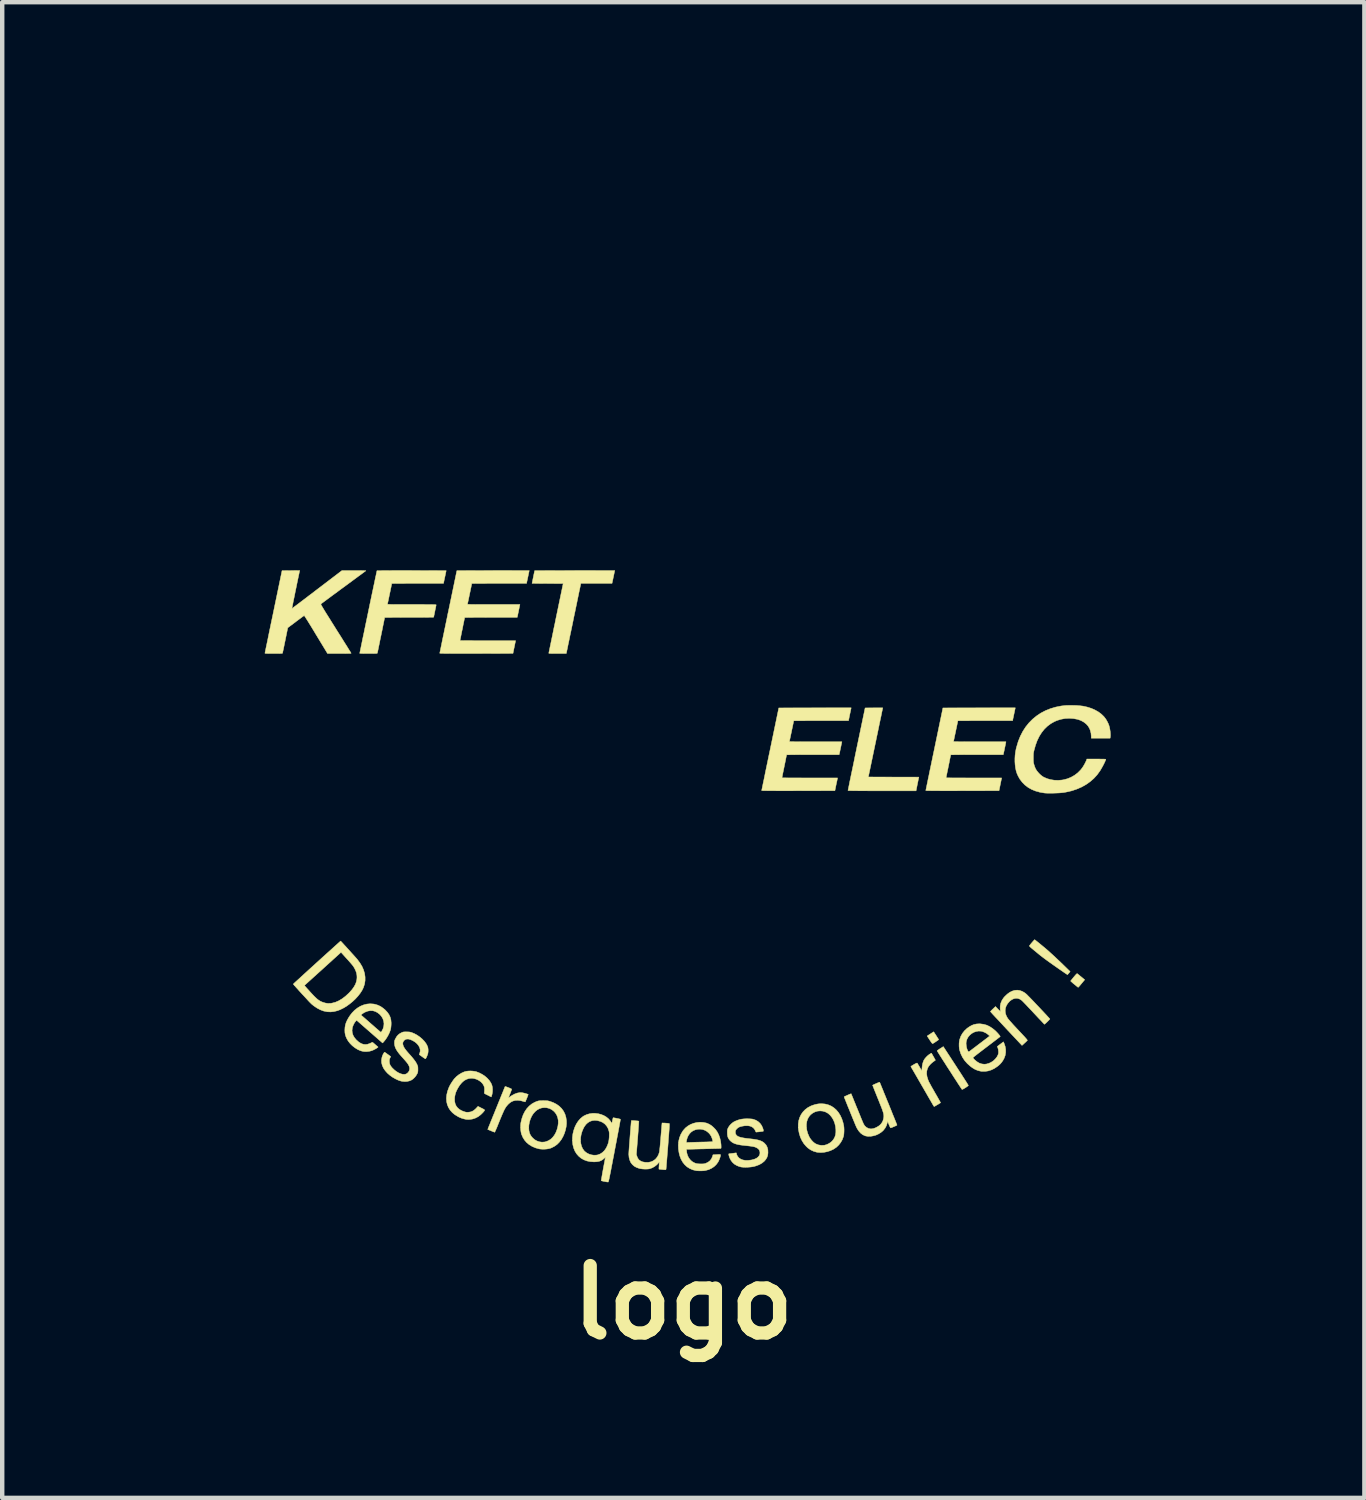
<source format=kicad_pcb>
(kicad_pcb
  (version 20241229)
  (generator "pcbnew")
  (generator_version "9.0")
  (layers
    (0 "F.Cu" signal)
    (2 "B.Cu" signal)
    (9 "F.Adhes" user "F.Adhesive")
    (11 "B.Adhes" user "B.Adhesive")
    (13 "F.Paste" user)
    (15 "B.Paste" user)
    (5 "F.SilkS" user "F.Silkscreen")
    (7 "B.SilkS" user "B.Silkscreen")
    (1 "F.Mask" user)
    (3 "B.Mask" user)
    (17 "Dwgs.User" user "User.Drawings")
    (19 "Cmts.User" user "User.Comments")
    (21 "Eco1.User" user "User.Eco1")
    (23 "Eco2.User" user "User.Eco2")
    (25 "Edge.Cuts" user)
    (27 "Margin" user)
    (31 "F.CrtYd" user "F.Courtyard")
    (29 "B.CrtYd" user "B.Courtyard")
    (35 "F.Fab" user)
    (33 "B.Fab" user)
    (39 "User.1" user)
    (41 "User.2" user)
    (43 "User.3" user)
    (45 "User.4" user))
  (footprint "logo"
    (layer "F.Cu")
    (at 12.4 12.4)
    (property "Reference" "logo" (at 0 14 0) (layer "F.SilkS") (effects (font (size 1.524 1.524) (thickness 0.3))))
    (attr through_hole)
    (fp_circle (center 0 0) (end 12 0) (stroke (width 0.8) (type solid)) (fill no) (layer "F.Mask"))
    (fp_poly (pts (xy 10.173 0) (xy 1.313 0) (xy 0 3.807) (xy -10.173 0.033) (xy -1.313 0.033) (xy 0 -3.774)) (stroke (width 0.1) (type solid)) (fill yes) (layer "F.Mask"))
    (fp_poly (pts (xy 5.718 7.966) (xy 5.736 7.995) (xy 5.752 8.02) (xy 5.765 8.04) (xy 5.772 8.053) (xy 5.774 8.057) (xy 5.769 8.061) (xy 5.756 8.071) (xy 5.737 8.084) (xy 5.715 8.099) (xy 5.692 8.115) (xy 5.67 8.129) (xy 5.652 8.14) (xy 5.64 8.146) (xy 5.638 8.147) (xy 5.632 8.145) (xy 5.622 8.135) (xy 5.607 8.116) (xy 5.588 8.088) (xy 5.571 8.063) (xy 5.514 7.975) (xy 5.534 7.961) (xy 5.548 7.952) (xy 5.569 7.939) (xy 5.593 7.923) (xy 5.608 7.913) (xy 5.661 7.879) (xy 5.718 7.966)) (stroke (width 0.01) (type solid)) (fill yes) (layer "F.SilkS"))
    (fp_poly (pts (xy 8.905 6.563) (xy 8.912 6.569) (xy 8.927 6.58) (xy 8.948 6.597) (xy 8.973 6.618) (xy 8.994 6.635) (xy 9.076 6.703) (xy 9.034 6.753) (xy 9 6.794) (xy 8.973 6.827) (xy 8.953 6.85) (xy 8.939 6.865) (xy 8.93 6.873) (xy 8.928 6.874) (xy 8.922 6.871) (xy 8.908 6.86) (xy 8.888 6.844) (xy 8.864 6.824) (xy 8.84 6.805) (xy 8.813 6.783) (xy 8.79 6.762) (xy 8.772 6.746) (xy 8.761 6.735) (xy 8.758 6.731) (xy 8.763 6.724) (xy 8.774 6.71) (xy 8.79 6.69) (xy 8.81 6.665) (xy 8.829 6.642) (xy 8.857 6.609) (xy 8.879 6.584) (xy 8.895 6.569) (xy 8.904 6.563) (xy 8.905 6.563)) (stroke (width 0.01) (type solid)) (fill yes) (layer "F.SilkS"))
    (fp_poly (pts (xy 6.162 8.648) (xy 6.205 8.715) (xy 6.246 8.778) (xy 6.285 8.838) (xy 6.32 8.893) (xy 6.353 8.944) (xy 6.381 8.988) (xy 6.405 9.025) (xy 6.423 9.055) (xy 6.437 9.077) (xy 6.444 9.089) (xy 6.445 9.092) (xy 6.441 9.099) (xy 6.428 9.11) (xy 6.409 9.124) (xy 6.387 9.139) (xy 6.363 9.154) (xy 6.34 9.168) (xy 6.321 9.178) (xy 6.307 9.183) (xy 6.302 9.183) (xy 6.295 9.174) (xy 6.282 9.155) (xy 6.264 9.128) (xy 6.242 9.094) (xy 6.215 9.054) (xy 6.186 9.008) (xy 6.153 8.958) (xy 6.118 8.904) (xy 6.082 8.848) (xy 6.045 8.79) (xy 6.007 8.732) (xy 5.969 8.674) (xy 5.933 8.617) (xy 5.898 8.562) (xy 5.864 8.51) (xy 5.834 8.462) (xy 5.806 8.418) (xy 5.783 8.381) (xy 5.764 8.351) (xy 5.75 8.328) (xy 5.741 8.314) (xy 5.739 8.309) (xy 5.745 8.303) (xy 5.759 8.292) (xy 5.78 8.278) (xy 5.805 8.261) (xy 5.81 8.258) (xy 5.879 8.214) (xy 6.162 8.648)) (stroke (width 0.01) (type solid)) (fill yes) (layer "F.SilkS"))
    (fp_poly (pts (xy 7.949 5.8) (xy 7.964 5.811) (xy 7.985 5.828) (xy 8.013 5.85) (xy 8.046 5.877) (xy 8.083 5.907) (xy 8.12 5.938) (xy 8.164 5.974) (xy 8.209 6.012) (xy 8.254 6.051) (xy 8.301 6.094) (xy 8.352 6.14) (xy 8.406 6.19) (xy 8.465 6.246) (xy 8.53 6.307) (xy 8.601 6.376) (xy 8.679 6.452) (xy 8.724 6.496) (xy 8.747 6.518) (xy 8.719 6.552) (xy 8.704 6.569) (xy 8.693 6.582) (xy 8.687 6.588) (xy 8.686 6.588) (xy 8.681 6.585) (xy 8.666 6.575) (xy 8.643 6.56) (xy 8.612 6.539) (xy 8.576 6.514) (xy 8.534 6.485) (xy 8.487 6.453) (xy 8.438 6.418) (xy 8.419 6.405) (xy 8.345 6.353) (xy 8.28 6.307) (xy 8.222 6.265) (xy 8.169 6.226) (xy 8.119 6.188) (xy 8.071 6.151) (xy 8.023 6.112) (xy 7.987 6.082) (xy 7.942 6.045) (xy 7.906 6.015) (xy 7.877 5.991) (xy 7.856 5.973) (xy 7.841 5.959) (xy 7.832 5.949) (xy 7.827 5.942) (xy 7.825 5.937) (xy 7.826 5.933) (xy 7.839 5.917) (xy 7.855 5.896) (xy 7.874 5.873) (xy 7.894 5.85) (xy 7.912 5.829) (xy 7.928 5.812) (xy 7.939 5.8) (xy 7.943 5.797) (xy 7.949 5.8)) (stroke (width 0.01) (type solid)) (fill yes) (layer "F.SilkS"))
    (fp_poly (pts (xy 4.472 0.555) (xy 4.495 0.555) (xy 4.508 0.555) (xy 4.51 0.555) (xy 4.509 0.561) (xy 4.505 0.579) (xy 4.499 0.607) (xy 4.491 0.645) (xy 4.481 0.693) (xy 4.47 0.749) (xy 4.456 0.813) (xy 4.441 0.884) (xy 4.425 0.961) (xy 4.408 1.044) (xy 4.39 1.132) (xy 4.37 1.224) (xy 4.351 1.32) (xy 4.347 1.337) (xy 4.184 2.118) (xy 4.755 2.12) (xy 5.326 2.121) (xy 5.294 2.276) (xy 5.263 2.431) (xy 4.493 2.431) (xy 4.375 2.431) (xy 4.269 2.431) (xy 4.175 2.431) (xy 4.091 2.43) (xy 4.018 2.43) (xy 3.954 2.43) (xy 3.899 2.429) (xy 3.853 2.429) (xy 3.815 2.428) (xy 3.784 2.428) (xy 3.76 2.427) (xy 3.743 2.426) (xy 3.731 2.425) (xy 3.725 2.424) (xy 3.724 2.423) (xy 3.725 2.416) (xy 3.729 2.398) (xy 3.735 2.369) (xy 3.743 2.33) (xy 3.753 2.281) (xy 3.764 2.223) (xy 3.778 2.158) (xy 3.793 2.084) (xy 3.81 2.004) (xy 3.828 1.918) (xy 3.847 1.827) (xy 3.867 1.73) (xy 3.887 1.629) (xy 3.909 1.525) (xy 3.917 1.486) (xy 4.111 0.557) (xy 4.31 0.555) (xy 4.359 0.555) (xy 4.403 0.555) (xy 4.441 0.555) (xy 4.472 0.555)) (stroke (width 0.01) (type solid)) (fill yes) (layer "F.SilkS"))
    (fp_poly (pts (xy -1.571 -2.449) (xy -1.579 -2.411) (xy -1.587 -2.374) (xy -1.594 -2.34) (xy -1.6 -2.313) (xy -1.602 -2.304) (xy -1.612 -2.259) (xy -2.316 -2.259) (xy -2.323 -2.226) (xy -2.325 -2.216) (xy -2.33 -2.195) (xy -2.336 -2.163) (xy -2.345 -2.121) (xy -2.356 -2.07) (xy -2.368 -2.011) (xy -2.382 -1.944) (xy -2.397 -1.871) (xy -2.413 -1.792) (xy -2.431 -1.707) (xy -2.449 -1.618) (xy -2.469 -1.526) (xy -2.485 -1.447) (xy -2.504 -1.353) (xy -2.523 -1.262) (xy -2.541 -1.175) (xy -2.559 -1.092) (xy -2.575 -1.015) (xy -2.589 -0.944) (xy -2.603 -0.881) (xy -2.614 -0.825) (xy -2.624 -0.777) (xy -2.632 -0.739) (xy -2.638 -0.71) (xy -2.642 -0.693) (xy -2.643 -0.687) (xy -2.647 -0.673) (xy -2.844 -0.673) (xy -2.901 -0.673) (xy -2.947 -0.673) (xy -2.983 -0.674) (xy -3.009 -0.675) (xy -3.027 -0.676) (xy -3.037 -0.678) (xy -3.041 -0.68) (xy -3.042 -0.681) (xy -3.04 -0.688) (xy -3.037 -0.706) (xy -3.031 -0.735) (xy -3.023 -0.774) (xy -3.013 -0.822) (xy -3.001 -0.879) (xy -2.988 -0.943) (xy -2.973 -1.015) (xy -2.957 -1.093) (xy -2.94 -1.176) (xy -2.922 -1.265) (xy -2.902 -1.357) (xy -2.883 -1.453) (xy -2.879 -1.472) (xy -2.716 -2.256) (xy -3.068 -2.257) (xy -3.42 -2.259) (xy -3.416 -2.279) (xy -3.414 -2.291) (xy -3.409 -2.313) (xy -3.403 -2.343) (xy -3.396 -2.378) (xy -3.388 -2.417) (xy -3.387 -2.423) (xy -3.361 -2.547) (xy -2.455 -2.549) (xy -1.55 -2.55) (xy -1.571 -2.449)) (stroke (width 0.01) (type solid)) (fill yes) (layer "F.SilkS"))
    (fp_poly (pts (xy 5.655 8.439) (xy 5.671 8.467) (xy 5.684 8.491) (xy 5.694 8.509) (xy 5.699 8.519) (xy 5.7 8.521) (xy 5.695 8.526) (xy 5.682 8.536) (xy 5.67 8.544) (xy 5.642 8.565) (xy 5.611 8.591) (xy 5.581 8.62) (xy 5.557 8.649) (xy 5.544 8.665) (xy 5.519 8.716) (xy 5.505 8.77) (xy 5.502 8.83) (xy 5.511 8.893) (xy 5.532 8.961) (xy 5.547 8.998) (xy 5.554 9.014) (xy 5.568 9.039) (xy 5.586 9.072) (xy 5.607 9.112) (xy 5.632 9.156) (xy 5.659 9.203) (xy 5.687 9.252) (xy 5.692 9.262) (xy 5.72 9.309) (xy 5.745 9.353) (xy 5.767 9.392) (xy 5.786 9.426) (xy 5.801 9.452) (xy 5.812 9.471) (xy 5.817 9.481) (xy 5.817 9.482) (xy 5.812 9.487) (xy 5.799 9.496) (xy 5.779 9.508) (xy 5.757 9.522) (xy 5.732 9.536) (xy 5.709 9.55) (xy 5.69 9.561) (xy 5.677 9.568) (xy 5.672 9.569) (xy 5.667 9.565) (xy 5.66 9.555) (xy 5.656 9.548) (xy 5.645 9.531) (xy 5.63 9.504) (xy 5.61 9.47) (xy 5.586 9.428) (xy 5.557 9.379) (xy 5.526 9.325) (xy 5.492 9.265) (xy 5.455 9.202) (xy 5.417 9.135) (xy 5.399 9.105) (xy 5.36 9.037) (xy 5.323 8.973) (xy 5.288 8.912) (xy 5.256 8.857) (xy 5.227 8.806) (xy 5.201 8.762) (xy 5.18 8.726) (xy 5.163 8.697) (xy 5.152 8.677) (xy 5.146 8.666) (xy 5.145 8.665) (xy 5.149 8.66) (xy 5.162 8.651) (xy 5.182 8.639) (xy 5.207 8.624) (xy 5.213 8.62) (xy 5.246 8.602) (xy 5.269 8.591) (xy 5.283 8.586) (xy 5.289 8.587) (xy 5.294 8.594) (xy 5.304 8.611) (xy 5.317 8.634) (xy 5.334 8.661) (xy 5.344 8.679) (xy 5.393 8.765) (xy 5.397 8.699) (xy 5.403 8.643) (xy 5.414 8.59) (xy 5.43 8.544) (xy 5.439 8.523) (xy 5.461 8.489) (xy 5.491 8.453) (xy 5.526 8.419) (xy 5.563 8.39) (xy 5.594 8.371) (xy 5.611 8.362) (xy 5.655 8.439)) (stroke (width 0.01) (type solid)) (fill yes) (layer "F.SilkS"))
    (fp_poly (pts (xy 3.204 9.512) (xy 3.276 9.53) (xy 3.342 9.558) (xy 3.403 9.597) (xy 3.458 9.645) (xy 3.507 9.703) (xy 3.549 9.77) (xy 3.584 9.846) (xy 3.611 9.929) (xy 3.628 10.003) (xy 3.633 10.046) (xy 3.635 10.095) (xy 3.634 10.144) (xy 3.631 10.192) (xy 3.625 10.233) (xy 3.621 10.248) (xy 3.596 10.317) (xy 3.56 10.381) (xy 3.515 10.439) (xy 3.462 10.49) (xy 3.401 10.531) (xy 3.387 10.539) (xy 3.321 10.569) (xy 3.251 10.591) (xy 3.18 10.605) (xy 3.11 10.61) (xy 3.044 10.606) (xy 3.013 10.601) (xy 2.943 10.58) (xy 2.878 10.549) (xy 2.818 10.507) (xy 2.779 10.47) (xy 2.727 10.41) (xy 2.683 10.34) (xy 2.647 10.263) (xy 2.621 10.179) (xy 2.604 10.091) (xy 2.599 10.043) (xy 2.599 9.971) (xy 2.784 9.971) (xy 2.784 10.038) (xy 2.794 10.107) (xy 2.814 10.178) (xy 2.845 10.25) (xy 2.845 10.251) (xy 2.868 10.29) (xy 2.897 10.328) (xy 2.93 10.364) (xy 2.965 10.394) (xy 2.997 10.414) (xy 3.055 10.437) (xy 3.115 10.447) (xy 3.177 10.446) (xy 3.197 10.443) (xy 3.242 10.43) (xy 3.287 10.409) (xy 3.33 10.382) (xy 3.365 10.351) (xy 3.366 10.35) (xy 3.4 10.307) (xy 3.425 10.261) (xy 3.441 10.211) (xy 3.449 10.154) (xy 3.449 10.089) (xy 3.449 10.088) (xy 3.44 10.014) (xy 3.423 9.943) (xy 3.397 9.878) (xy 3.363 9.819) (xy 3.323 9.768) (xy 3.277 9.727) (xy 3.262 9.717) (xy 3.209 9.689) (xy 3.152 9.673) (xy 3.094 9.668) (xy 3.036 9.673) (xy 2.979 9.69) (xy 2.927 9.717) (xy 2.879 9.754) (xy 2.841 9.799) (xy 2.812 9.851) (xy 2.793 9.908) (xy 2.784 9.971) (xy 2.599 9.971) (xy 2.599 9.964) (xy 2.61 9.888) (xy 2.632 9.816) (xy 2.664 9.75) (xy 2.706 9.691) (xy 2.757 9.638) (xy 2.817 9.593) (xy 2.885 9.557) (xy 2.933 9.539) (xy 2.981 9.524) (xy 3.021 9.515) (xy 3.06 9.509) (xy 3.1 9.506) (xy 3.129 9.506) (xy 3.204 9.512)) (stroke (width 0.01) (type solid)) (fill yes) (layer "F.SilkS"))
    (fp_poly (pts (xy -3.126 9.437) (xy -3.096 9.438) (xy -3.072 9.439) (xy -3.052 9.443) (xy -3.031 9.448) (xy -3.02 9.451) (xy -2.94 9.48) (xy -2.868 9.517) (xy -2.805 9.562) (xy -2.752 9.614) (xy -2.709 9.673) (xy -2.676 9.739) (xy -2.654 9.811) (xy -2.642 9.889) (xy -2.642 9.891) (xy -2.641 9.958) (xy -2.649 10.03) (xy -2.665 10.104) (xy -2.688 10.176) (xy -2.713 10.235) (xy -2.754 10.31) (xy -2.803 10.375) (xy -2.857 10.429) (xy -2.919 10.472) (xy -2.987 10.506) (xy -3.02 10.517) (xy -3.054 10.525) (xy -3.096 10.531) (xy -3.143 10.534) (xy -3.189 10.534) (xy -3.231 10.531) (xy -3.259 10.527) (xy -3.342 10.504) (xy -3.417 10.472) (xy -3.484 10.432) (xy -3.542 10.384) (xy -3.591 10.327) (xy -3.63 10.263) (xy -3.66 10.191) (xy -3.661 10.186) (xy -3.67 10.147) (xy -3.676 10.101) (xy -3.679 10.049) (xy -3.679 10.043) (xy -3.494 10.043) (xy -3.491 10.105) (xy -3.48 10.158) (xy -3.461 10.206) (xy -3.433 10.249) (xy -3.406 10.279) (xy -3.361 10.319) (xy -3.309 10.348) (xy -3.254 10.367) (xy -3.196 10.375) (xy -3.139 10.371) (xy -3.114 10.366) (xy -3.055 10.344) (xy -3.002 10.312) (xy -2.955 10.269) (xy -2.914 10.216) (xy -2.88 10.154) (xy -2.853 10.082) (xy -2.836 10.015) (xy -2.827 9.947) (xy -2.828 9.881) (xy -2.84 9.819) (xy -2.862 9.762) (xy -2.894 9.712) (xy -2.926 9.677) (xy -2.975 9.639) (xy -3.027 9.613) (xy -3.085 9.598) (xy -3.138 9.594) (xy -3.198 9.6) (xy -3.253 9.617) (xy -3.306 9.647) (xy -3.344 9.678) (xy -3.389 9.727) (xy -3.426 9.784) (xy -3.456 9.849) (xy -3.478 9.918) (xy -3.491 9.989) (xy -3.494 10.043) (xy -3.679 10.043) (xy -3.679 9.997) (xy -3.675 9.949) (xy -3.671 9.926) (xy -3.649 9.837) (xy -3.62 9.755) (xy -3.582 9.681) (xy -3.537 9.615) (xy -3.484 9.558) (xy -3.426 9.511) (xy -3.361 9.474) (xy -3.311 9.453) (xy -3.291 9.447) (xy -3.273 9.442) (xy -3.255 9.439) (xy -3.233 9.438) (xy -3.204 9.437) (xy -3.167 9.436) (xy -3.166 9.436) (xy -3.126 9.437)) (stroke (width 0.01) (type solid)) (fill yes) (layer "F.SilkS"))
    (fp_poly (pts (xy -4.023 9.117) (xy -4.008 9.121) (xy -3.987 9.129) (xy -3.962 9.138) (xy -3.937 9.148) (xy -3.914 9.158) (xy -3.895 9.167) (xy -3.883 9.174) (xy -3.88 9.176) (xy -3.882 9.184) (xy -3.887 9.201) (xy -3.896 9.225) (xy -3.907 9.255) (xy -3.917 9.28) (xy -3.932 9.315) (xy -3.941 9.34) (xy -3.947 9.357) (xy -3.949 9.366) (xy -3.948 9.369) (xy -3.944 9.367) (xy -3.941 9.365) (xy -3.876 9.32) (xy -3.815 9.287) (xy -3.755 9.265) (xy -3.698 9.255) (xy -3.649 9.256) (xy -3.628 9.26) (xy -3.603 9.265) (xy -3.576 9.272) (xy -3.55 9.28) (xy -3.528 9.287) (xy -3.513 9.293) (xy -3.506 9.298) (xy -3.506 9.298) (xy -3.509 9.305) (xy -3.515 9.321) (xy -3.523 9.343) (xy -3.533 9.369) (xy -3.544 9.396) (xy -3.555 9.422) (xy -3.564 9.443) (xy -3.57 9.458) (xy -3.573 9.464) (xy -3.579 9.463) (xy -3.594 9.46) (xy -3.615 9.454) (xy -3.617 9.453) (xy -3.682 9.436) (xy -3.741 9.429) (xy -3.794 9.431) (xy -3.799 9.432) (xy -3.841 9.442) (xy -3.878 9.457) (xy -3.912 9.478) (xy -3.948 9.508) (xy -3.962 9.522) (xy -3.978 9.54) (xy -3.994 9.558) (xy -4.009 9.578) (xy -4.023 9.6) (xy -4.038 9.626) (xy -4.054 9.657) (xy -4.071 9.695) (xy -4.091 9.739) (xy -4.113 9.791) (xy -4.139 9.853) (xy -4.168 9.925) (xy -4.17 9.93) (xy -4.19 9.979) (xy -4.208 10.025) (xy -4.225 10.065) (xy -4.24 10.099) (xy -4.252 10.126) (xy -4.26 10.143) (xy -4.265 10.151) (xy -4.265 10.151) (xy -4.273 10.148) (xy -4.29 10.142) (xy -4.314 10.133) (xy -4.342 10.121) (xy -4.347 10.119) (xy -4.422 10.088) (xy -4.411 10.058) (xy -4.404 10.041) (xy -4.394 10.015) (xy -4.38 9.981) (xy -4.363 9.939) (xy -4.344 9.891) (xy -4.322 9.838) (xy -4.299 9.78) (xy -4.274 9.72) (xy -4.249 9.657) (xy -4.223 9.593) (xy -4.197 9.529) (xy -4.172 9.466) (xy -4.147 9.406) (xy -4.124 9.348) (xy -4.102 9.294) (xy -4.082 9.246) (xy -4.065 9.203) (xy -4.051 9.168) (xy -4.04 9.141) (xy -4.033 9.124) (xy -4.03 9.117) (xy -4.03 9.117) (xy -4.023 9.117)) (stroke (width 0.01) (type solid)) (fill yes) (layer "F.SilkS"))
    (fp_poly (pts (xy -4.76 8.768) (xy -4.711 8.775) (xy -4.68 8.782) (xy -4.609 8.81) (xy -4.542 8.845) (xy -4.481 8.887) (xy -4.428 8.934) (xy -4.383 8.985) (xy -4.348 9.04) (xy -4.328 9.085) (xy -4.317 9.131) (xy -4.313 9.183) (xy -4.315 9.238) (xy -4.323 9.291) (xy -4.336 9.336) (xy -4.343 9.353) (xy -4.423 9.312) (xy -4.455 9.297) (xy -4.477 9.285) (xy -4.49 9.277) (xy -4.498 9.27) (xy -4.501 9.265) (xy -4.5 9.258) (xy -4.499 9.255) (xy -4.497 9.241) (xy -4.496 9.219) (xy -4.495 9.192) (xy -4.495 9.185) (xy -4.496 9.156) (xy -4.499 9.133) (xy -4.505 9.113) (xy -4.513 9.094) (xy -4.538 9.052) (xy -4.574 9.014) (xy -4.618 8.982) (xy -4.667 8.956) (xy -4.72 8.939) (xy -4.775 8.93) (xy -4.795 8.93) (xy -4.852 8.937) (xy -4.907 8.956) (xy -4.959 8.986) (xy -5.007 9.029) (xy -5.053 9.083) (xy -5.095 9.149) (xy -5.117 9.19) (xy -5.142 9.245) (xy -5.158 9.297) (xy -5.168 9.349) (xy -5.171 9.387) (xy -5.17 9.45) (xy -5.158 9.507) (xy -5.136 9.556) (xy -5.103 9.599) (xy -5.06 9.636) (xy -5.006 9.666) (xy -4.959 9.684) (xy -4.93 9.693) (xy -4.907 9.698) (xy -4.882 9.699) (xy -4.86 9.698) (xy -4.814 9.692) (xy -4.773 9.678) (xy -4.735 9.656) (xy -4.697 9.623) (xy -4.685 9.611) (xy -4.642 9.565) (xy -4.564 9.605) (xy -4.531 9.621) (xy -4.509 9.633) (xy -4.497 9.642) (xy -4.492 9.652) (xy -4.496 9.663) (xy -4.507 9.677) (xy -4.524 9.697) (xy -4.527 9.701) (xy -4.58 9.754) (xy -4.638 9.798) (xy -4.7 9.83) (xy -4.766 9.852) (xy -4.833 9.862) (xy -4.902 9.861) (xy -4.909 9.86) (xy -4.961 9.849) (xy -5.017 9.832) (xy -5.073 9.808) (xy -5.092 9.798) (xy -5.163 9.755) (xy -5.222 9.707) (xy -5.271 9.652) (xy -5.309 9.592) (xy -5.336 9.527) (xy -5.352 9.458) (xy -5.357 9.384) (xy -5.35 9.308) (xy -5.332 9.228) (xy -5.302 9.145) (xy -5.293 9.125) (xy -5.274 9.087) (xy -5.248 9.043) (xy -5.219 8.999) (xy -5.191 8.959) (xy -5.174 8.938) (xy -5.127 8.89) (xy -5.073 8.848) (xy -5.015 8.813) (xy -4.955 8.786) (xy -4.909 8.773) (xy -4.864 8.767) (xy -4.813 8.765) (xy -4.76 8.768)) (stroke (width 0.01) (type solid)) (fill yes) (layer "F.SilkS"))
    (fp_poly (pts (xy 7.609 6.946) (xy 7.665 6.966) (xy 7.721 6.999) (xy 7.742 7.015) (xy 7.752 7.024) (xy 7.77 7.04) (xy 7.793 7.064) (xy 7.822 7.093) (xy 7.855 7.127) (xy 7.892 7.165) (xy 7.931 7.206) (xy 7.972 7.25) (xy 8.014 7.294) (xy 8.056 7.338) (xy 8.097 7.382) (xy 8.137 7.424) (xy 8.173 7.463) (xy 8.207 7.499) (xy 8.235 7.53) (xy 8.259 7.556) (xy 8.276 7.575) (xy 8.286 7.587) (xy 8.288 7.59) (xy 8.284 7.597) (xy 8.273 7.609) (xy 8.257 7.626) (xy 8.238 7.645) (xy 8.218 7.665) (xy 8.198 7.683) (xy 8.182 7.698) (xy 8.17 7.707) (xy 8.165 7.709) (xy 8.16 7.705) (xy 8.148 7.692) (xy 8.128 7.671) (xy 8.103 7.644) (xy 8.072 7.611) (xy 8.036 7.574) (xy 7.997 7.532) (xy 7.954 7.486) (xy 7.921 7.451) (xy 7.876 7.402) (xy 7.832 7.356) (xy 7.791 7.313) (xy 7.754 7.273) (xy 7.72 7.238) (xy 7.692 7.209) (xy 7.67 7.187) (xy 7.655 7.172) (xy 7.649 7.167) (xy 7.607 7.14) (xy 7.564 7.125) (xy 7.519 7.122) (xy 7.474 7.131) (xy 7.43 7.151) (xy 7.386 7.183) (xy 7.373 7.196) (xy 7.331 7.245) (xy 7.301 7.297) (xy 7.283 7.351) (xy 7.278 7.406) (xy 7.284 7.462) (xy 7.303 7.518) (xy 7.333 7.573) (xy 7.335 7.576) (xy 7.346 7.589) (xy 7.364 7.611) (xy 7.388 7.639) (xy 7.419 7.673) (xy 7.453 7.712) (xy 7.492 7.754) (xy 7.533 7.798) (xy 7.576 7.844) (xy 7.576 7.844) (xy 7.624 7.895) (xy 7.663 7.937) (xy 7.696 7.972) (xy 7.722 8) (xy 7.742 8.023) (xy 7.757 8.04) (xy 7.768 8.053) (xy 7.774 8.062) (xy 7.778 8.069) (xy 7.778 8.074) (xy 7.777 8.077) (xy 7.776 8.079) (xy 7.767 8.087) (xy 7.752 8.102) (xy 7.732 8.121) (xy 7.712 8.139) (xy 7.658 8.188) (xy 7.303 7.81) (xy 7.249 7.752) (xy 7.197 7.696) (xy 7.149 7.644) (xy 7.104 7.596) (xy 7.063 7.553) (xy 7.027 7.514) (xy 6.997 7.482) (xy 6.974 7.456) (xy 6.957 7.437) (xy 6.947 7.426) (xy 6.945 7.424) (xy 6.949 7.417) (xy 6.96 7.404) (xy 6.976 7.387) (xy 6.998 7.366) (xy 7.001 7.363) (xy 7.059 7.308) (xy 7.117 7.369) (xy 7.138 7.39) (xy 7.155 7.406) (xy 7.166 7.416) (xy 7.172 7.419) (xy 7.172 7.418) (xy 7.169 7.407) (xy 7.167 7.387) (xy 7.165 7.363) (xy 7.164 7.359) (xy 7.165 7.295) (xy 7.178 7.233) (xy 7.203 7.173) (xy 7.239 7.116) (xy 7.269 7.081) (xy 7.325 7.028) (xy 7.381 6.987) (xy 7.438 6.959) (xy 7.495 6.942) (xy 7.552 6.938) (xy 7.609 6.946)) (stroke (width 0.01) (type solid)) (fill yes) (layer "F.SilkS"))
    (fp_poly (pts (xy -7.007 7.251) (xy -6.977 7.256) (xy -6.91 7.276) (xy -6.845 7.306) (xy -6.784 7.349) (xy -6.738 7.388) (xy -6.69 7.44) (xy -6.653 7.493) (xy -6.627 7.549) (xy -6.611 7.609) (xy -6.605 7.676) (xy -6.606 7.723) (xy -6.61 7.772) (xy -6.616 7.814) (xy -6.622 7.838) (xy -6.643 7.896) (xy -6.673 7.958) (xy -6.708 8.018) (xy -6.746 8.072) (xy -6.772 8.103) (xy -6.799 8.133) (xy -7.093 7.876) (xy -7.388 7.618) (xy -7.411 7.645) (xy -7.432 7.672) (xy -7.452 7.708) (xy -7.469 7.746) (xy -7.481 7.781) (xy -7.483 7.79) (xy -7.49 7.849) (xy -7.484 7.905) (xy -7.467 7.958) (xy -7.437 8.01) (xy -7.395 8.061) (xy -7.388 8.067) (xy -7.339 8.111) (xy -7.289 8.142) (xy -7.24 8.161) (xy -7.191 8.167) (xy -7.141 8.162) (xy -7.09 8.144) (xy -7.076 8.138) (xy -7.052 8.126) (xy -7.037 8.12) (xy -7.027 8.118) (xy -7.02 8.121) (xy -7.02 8.122) (xy -7.011 8.129) (xy -6.996 8.142) (xy -6.975 8.16) (xy -6.957 8.176) (xy -6.936 8.194) (xy -6.918 8.209) (xy -6.906 8.22) (xy -6.902 8.223) (xy -6.903 8.228) (xy -6.914 8.237) (xy -6.932 8.249) (xy -6.954 8.263) (xy -6.98 8.277) (xy -7.006 8.29) (xy -7.031 8.301) (xy -7.05 8.308) (xy -7.093 8.319) (xy -7.14 8.326) (xy -7.187 8.328) (xy -7.227 8.325) (xy -7.266 8.317) (xy -7.3 8.307) (xy -7.335 8.292) (xy -7.367 8.277) (xy -7.427 8.239) (xy -7.484 8.194) (xy -7.535 8.143) (xy -7.578 8.088) (xy -7.608 8.036) (xy -7.629 7.989) (xy -7.643 7.945) (xy -7.651 7.899) (xy -7.653 7.848) (xy -7.653 7.838) (xy -7.65 7.781) (xy -7.641 7.727) (xy -7.625 7.674) (xy -7.601 7.62) (xy -7.569 7.562) (xy -7.543 7.522) (xy -7.526 7.5) (xy -7.289 7.5) (xy -7.267 7.518) (xy -7.258 7.526) (xy -7.24 7.541) (xy -7.216 7.562) (xy -7.185 7.589) (xy -7.15 7.62) (xy -7.11 7.655) (xy -7.068 7.692) (xy -7.044 7.713) (xy -7.001 7.75) (xy -6.962 7.785) (xy -6.926 7.816) (xy -6.895 7.842) (xy -6.87 7.864) (xy -6.851 7.88) (xy -6.84 7.888) (xy -6.838 7.89) (xy -6.832 7.886) (xy -6.823 7.874) (xy -6.818 7.866) (xy -6.789 7.81) (xy -6.773 7.753) (xy -6.768 7.696) (xy -6.775 7.639) (xy -6.793 7.585) (xy -6.822 7.534) (xy -6.862 7.487) (xy -6.864 7.486) (xy -6.913 7.447) (xy -6.965 7.419) (xy -7.019 7.404) (xy -7.074 7.402) (xy -7.132 7.411) (xy -7.19 7.433) (xy -7.202 7.438) (xy -7.226 7.452) (xy -7.25 7.468) (xy -7.264 7.479) (xy -7.289 7.5) (xy -7.526 7.5) (xy -7.49 7.452) (xy -7.432 7.392) (xy -7.368 7.342) (xy -7.301 7.301) (xy -7.23 7.272) (xy -7.157 7.253) (xy -7.082 7.246) (xy -7.007 7.251)) (stroke (width 0.01) (type solid)) (fill yes) (layer "F.SilkS"))
    (fp_poly (pts (xy -1.15 9.886) (xy -1.127 9.887) (xy -1.1 9.889) (xy -1.072 9.892) (xy -1.046 9.894) (xy -1.024 9.896) (xy -1.01 9.899) (xy -1.006 9.9) (xy -1.005 9.907) (xy -1.006 9.925) (xy -1.008 9.953) (xy -1.01 9.99) (xy -1.013 10.035) (xy -1.017 10.088) (xy -1.021 10.146) (xy -1.026 10.209) (xy -1.031 10.276) (xy -1.031 10.278) (xy -1.061 10.652) (xy -1.047 10.697) (xy -1.028 10.741) (xy -1.001 10.776) (xy -0.964 10.802) (xy -0.919 10.821) (xy -0.864 10.83) (xy -0.849 10.832) (xy -0.788 10.831) (xy -0.733 10.82) (xy -0.684 10.799) (xy -0.639 10.768) (xy -0.626 10.756) (xy -0.589 10.711) (xy -0.56 10.658) (xy -0.543 10.606) (xy -0.54 10.592) (xy -0.537 10.566) (xy -0.533 10.53) (xy -0.528 10.486) (xy -0.523 10.434) (xy -0.518 10.375) (xy -0.512 10.311) (xy -0.508 10.256) (xy -0.503 10.196) (xy -0.498 10.139) (xy -0.494 10.087) (xy -0.49 10.041) (xy -0.487 10.002) (xy -0.484 9.972) (xy -0.482 9.952) (xy -0.481 9.943) (xy -0.48 9.942) (xy -0.473 9.941) (xy -0.456 9.942) (xy -0.433 9.942) (xy -0.406 9.944) (xy -0.378 9.946) (xy -0.353 9.948) (xy -0.332 9.951) (xy -0.319 9.953) (xy -0.316 9.954) (xy -0.315 9.957) (xy -0.314 9.965) (xy -0.314 9.978) (xy -0.314 9.998) (xy -0.315 10.025) (xy -0.317 10.059) (xy -0.32 10.102) (xy -0.324 10.153) (xy -0.328 10.214) (xy -0.334 10.286) (xy -0.34 10.369) (xy -0.346 10.447) (xy -0.352 10.524) (xy -0.358 10.599) (xy -0.364 10.669) (xy -0.369 10.735) (xy -0.374 10.794) (xy -0.378 10.847) (xy -0.382 10.891) (xy -0.384 10.927) (xy -0.387 10.952) (xy -0.388 10.966) (xy -0.388 10.968) (xy -0.389 10.981) (xy -0.391 10.99) (xy -0.395 10.996) (xy -0.402 10.999) (xy -0.416 10.999) (xy -0.437 10.998) (xy -0.469 10.995) (xy -0.486 10.993) (xy -0.512 10.991) (xy -0.533 10.988) (xy -0.547 10.986) (xy -0.55 10.985) (xy -0.551 10.978) (xy -0.551 10.961) (xy -0.55 10.937) (xy -0.548 10.907) (xy -0.548 10.902) (xy -0.542 10.821) (xy -0.557 10.841) (xy -0.598 10.886) (xy -0.647 10.924) (xy -0.701 10.955) (xy -0.758 10.976) (xy -0.762 10.977) (xy -0.794 10.982) (xy -0.834 10.984) (xy -0.878 10.984) (xy -0.923 10.981) (xy -0.964 10.976) (xy -0.993 10.97) (xy -1.056 10.948) (xy -1.109 10.919) (xy -1.152 10.881) (xy -1.187 10.836) (xy -1.211 10.782) (xy -1.227 10.721) (xy -1.233 10.651) (xy -1.233 10.64) (xy -1.232 10.626) (xy -1.231 10.602) (xy -1.229 10.569) (xy -1.226 10.528) (xy -1.223 10.481) (xy -1.219 10.429) (xy -1.215 10.373) (xy -1.21 10.315) (xy -1.206 10.256) (xy -1.201 10.197) (xy -1.197 10.139) (xy -1.192 10.084) (xy -1.188 10.034) (xy -1.184 9.988) (xy -1.181 9.95) (xy -1.178 9.919) (xy -1.176 9.898) (xy -1.174 9.887) (xy -1.174 9.886) (xy -1.167 9.886) (xy -1.15 9.886)) (stroke (width 0.01) (type solid)) (fill yes) (layer "F.SilkS"))
    (fp_poly (pts (xy 6.717 7.7) (xy 6.791 7.71) (xy 6.862 7.73) (xy 6.93 7.763) (xy 6.996 7.807) (xy 7.061 7.861) (xy 7.084 7.885) (xy 7.107 7.909) (xy 7.128 7.933) (xy 7.146 7.955) (xy 7.159 7.973) (xy 7.165 7.985) (xy 7.166 7.988) (xy 7.16 7.992) (xy 7.146 8.004) (xy 7.123 8.021) (xy 7.094 8.044) (xy 7.057 8.072) (xy 7.015 8.104) (xy 6.968 8.14) (xy 6.918 8.178) (xy 6.864 8.219) (xy 6.856 8.225) (xy 6.802 8.266) (xy 6.751 8.305) (xy 6.703 8.342) (xy 6.661 8.374) (xy 6.624 8.403) (xy 6.593 8.427) (xy 6.57 8.446) (xy 6.555 8.459) (xy 6.549 8.465) (xy 6.549 8.465) (xy 6.553 8.473) (xy 6.564 8.487) (xy 6.58 8.504) (xy 6.591 8.516) (xy 6.641 8.557) (xy 6.693 8.588) (xy 6.748 8.606) (xy 6.804 8.613) (xy 6.851 8.609) (xy 6.907 8.594) (xy 6.961 8.569) (xy 7.011 8.536) (xy 7.054 8.495) (xy 7.09 8.45) (xy 7.104 8.425) (xy 7.116 8.399) (xy 7.123 8.38) (xy 7.126 8.361) (xy 7.127 8.338) (xy 7.127 8.331) (xy 7.122 8.28) (xy 7.113 8.247) (xy 7.106 8.228) (xy 7.102 8.214) (xy 7.101 8.209) (xy 7.106 8.206) (xy 7.12 8.196) (xy 7.139 8.181) (xy 7.163 8.163) (xy 7.171 8.157) (xy 7.239 8.106) (xy 7.253 8.139) (xy 7.277 8.208) (xy 7.289 8.277) (xy 7.289 8.346) (xy 7.278 8.414) (xy 7.254 8.479) (xy 7.226 8.53) (xy 7.197 8.571) (xy 7.166 8.607) (xy 7.129 8.641) (xy 7.097 8.666) (xy 7.031 8.71) (xy 6.962 8.743) (xy 6.892 8.765) (xy 6.821 8.775) (xy 6.752 8.775) (xy 6.706 8.767) (xy 6.646 8.75) (xy 6.591 8.726) (xy 6.536 8.693) (xy 6.491 8.659) (xy 6.421 8.597) (xy 6.362 8.53) (xy 6.314 8.458) (xy 6.276 8.38) (xy 6.248 8.295) (xy 6.247 8.293) (xy 6.24 8.254) (xy 6.236 8.206) (xy 6.236 8.156) (xy 6.237 8.136) (xy 6.394 8.136) (xy 6.397 8.183) (xy 6.404 8.23) (xy 6.417 8.275) (xy 6.434 8.313) (xy 6.439 8.321) (xy 6.445 8.329) (xy 6.45 8.332) (xy 6.457 8.331) (xy 6.468 8.325) (xy 6.485 8.312) (xy 6.502 8.299) (xy 6.515 8.289) (xy 6.537 8.272) (xy 6.566 8.25) (xy 6.601 8.224) (xy 6.64 8.194) (xy 6.683 8.161) (xy 6.727 8.128) (xy 6.734 8.123) (xy 6.928 7.975) (xy 6.895 7.945) (xy 6.856 7.915) (xy 6.811 7.891) (xy 6.764 7.873) (xy 6.735 7.866) (xy 6.678 7.863) (xy 6.623 7.872) (xy 6.57 7.89) (xy 6.521 7.918) (xy 6.478 7.954) (xy 6.442 7.996) (xy 6.415 8.045) (xy 6.399 8.096) (xy 6.394 8.136) (xy 6.237 8.136) (xy 6.239 8.107) (xy 6.246 8.064) (xy 6.25 8.05) (xy 6.276 7.978) (xy 6.313 7.913) (xy 6.36 7.854) (xy 6.417 7.801) (xy 6.464 7.768) (xy 6.519 7.736) (xy 6.572 7.715) (xy 6.628 7.703) (xy 6.689 7.699) (xy 6.717 7.7)) (stroke (width 0.01) (type solid)) (fill yes) (layer "F.SilkS"))
    (fp_poly (pts (xy -3.504 -2.449) (xy -3.512 -2.411) (xy -3.52 -2.374) (xy -3.527 -2.34) (xy -3.533 -2.313) (xy -3.535 -2.304) (xy -3.544 -2.259) (xy -4.164 -2.259) (xy -4.25 -2.259) (xy -4.333 -2.259) (xy -4.411 -2.259) (xy -4.484 -2.258) (xy -4.552 -2.258) (xy -4.612 -2.258) (xy -4.664 -2.258) (xy -4.708 -2.257) (xy -4.743 -2.257) (xy -4.767 -2.257) (xy -4.78 -2.256) (xy -4.783 -2.256) (xy -4.784 -2.249) (xy -4.787 -2.232) (xy -4.793 -2.206) (xy -4.799 -2.172) (xy -4.808 -2.134) (xy -4.816 -2.091) (xy -4.826 -2.045) (xy -4.836 -1.999) (xy -4.845 -1.954) (xy -4.854 -1.911) (xy -4.862 -1.873) (xy -4.869 -1.84) (xy -4.875 -1.815) (xy -4.878 -1.798) (xy -4.879 -1.793) (xy -4.879 -1.791) (xy -4.878 -1.789) (xy -4.874 -1.788) (xy -4.868 -1.787) (xy -4.857 -1.786) (xy -4.843 -1.785) (xy -4.823 -1.784) (xy -4.797 -1.783) (xy -4.765 -1.783) (xy -4.725 -1.783) (xy -4.677 -1.782) (xy -4.621 -1.782) (xy -4.555 -1.782) (xy -4.479 -1.782) (xy -4.392 -1.782) (xy -4.294 -1.782) (xy -3.694 -1.782) (xy -3.715 -1.681) (xy -3.723 -1.643) (xy -3.73 -1.606) (xy -3.738 -1.572) (xy -3.743 -1.545) (xy -3.745 -1.536) (xy -3.755 -1.491) (xy -4.349 -1.491) (xy -4.434 -1.491) (xy -4.515 -1.49) (xy -4.592 -1.49) (xy -4.663 -1.49) (xy -4.728 -1.49) (xy -4.786 -1.489) (xy -4.837 -1.489) (xy -4.878 -1.488) (xy -4.911 -1.488) (xy -4.932 -1.487) (xy -4.943 -1.486) (xy -4.944 -1.486) (xy -4.945 -1.479) (xy -4.948 -1.461) (xy -4.954 -1.434) (xy -4.961 -1.399) (xy -4.97 -1.356) (xy -4.98 -1.308) (xy -4.99 -1.255) (xy -4.996 -1.225) (xy -5.008 -1.171) (xy -5.018 -1.12) (xy -5.027 -1.075) (xy -5.035 -1.035) (xy -5.042 -1.004) (xy -5.046 -0.981) (xy -5.049 -0.969) (xy -5.049 -0.967) (xy -5.043 -0.966) (xy -5.025 -0.966) (xy -4.997 -0.966) (xy -4.959 -0.965) (xy -4.911 -0.965) (xy -4.856 -0.965) (xy -4.793 -0.965) (xy -4.723 -0.964) (xy -4.647 -0.964) (xy -4.567 -0.964) (xy -4.482 -0.964) (xy -4.42 -0.964) (xy -3.792 -0.964) (xy -3.795 -0.947) (xy -3.797 -0.936) (xy -3.802 -0.915) (xy -3.808 -0.886) (xy -3.815 -0.851) (xy -3.823 -0.812) (xy -3.825 -0.803) (xy -3.851 -0.676) (xy -4.679 -0.674) (xy -4.801 -0.674) (xy -4.912 -0.674) (xy -5.011 -0.674) (xy -5.099 -0.674) (xy -5.177 -0.674) (xy -5.245 -0.674) (xy -5.304 -0.675) (xy -5.354 -0.675) (xy -5.396 -0.675) (xy -5.43 -0.676) (xy -5.458 -0.676) (xy -5.479 -0.677) (xy -5.493 -0.678) (xy -5.502 -0.679) (xy -5.507 -0.68) (xy -5.507 -0.681) (xy -5.506 -0.687) (xy -5.502 -0.706) (xy -5.496 -0.735) (xy -5.488 -0.774) (xy -5.478 -0.823) (xy -5.466 -0.88) (xy -5.453 -0.946) (xy -5.438 -1.019) (xy -5.421 -1.099) (xy -5.403 -1.186) (xy -5.384 -1.277) (xy -5.364 -1.374) (xy -5.343 -1.474) (xy -5.322 -1.579) (xy -5.313 -1.618) (xy -5.12 -2.547) (xy -4.302 -2.549) (xy -3.483 -2.55) (xy -3.504 -2.449)) (stroke (width 0.01) (type solid)) (fill yes) (layer "F.SilkS"))
    (fp_poly (pts (xy 3.775 0.654) (xy 3.767 0.692) (xy 3.759 0.73) (xy 3.752 0.764) (xy 3.747 0.79) (xy 3.745 0.8) (xy 3.735 0.845) (xy 3.116 0.845) (xy 3.029 0.845) (xy 2.946 0.845) (xy 2.868 0.845) (xy 2.795 0.845) (xy 2.728 0.846) (xy 2.667 0.846) (xy 2.615 0.846) (xy 2.571 0.846) (xy 2.537 0.847) (xy 2.512 0.847) (xy 2.499 0.848) (xy 2.497 0.848) (xy 2.495 0.855) (xy 2.492 0.872) (xy 2.487 0.898) (xy 2.48 0.931) (xy 2.472 0.97) (xy 2.463 1.013) (xy 2.453 1.059) (xy 2.444 1.105) (xy 2.434 1.15) (xy 2.425 1.192) (xy 2.417 1.231) (xy 2.41 1.264) (xy 2.405 1.289) (xy 2.401 1.306) (xy 2.4 1.311) (xy 2.4 1.313) (xy 2.401 1.314) (xy 2.405 1.316) (xy 2.412 1.317) (xy 2.422 1.318) (xy 2.437 1.319) (xy 2.457 1.32) (xy 2.482 1.32) (xy 2.515 1.321) (xy 2.554 1.321) (xy 2.602 1.321) (xy 2.658 1.322) (xy 2.724 1.322) (xy 2.8 1.322) (xy 2.887 1.322) (xy 2.986 1.322) (xy 3.586 1.322) (xy 3.565 1.423) (xy 3.557 1.46) (xy 3.549 1.498) (xy 3.542 1.532) (xy 3.536 1.559) (xy 3.534 1.568) (xy 3.524 1.613) (xy 2.93 1.613) (xy 2.845 1.613) (xy 2.764 1.613) (xy 2.688 1.613) (xy 2.616 1.614) (xy 2.551 1.614) (xy 2.493 1.615) (xy 2.443 1.615) (xy 2.401 1.616) (xy 2.369 1.616) (xy 2.347 1.617) (xy 2.336 1.617) (xy 2.336 1.618) (xy 2.334 1.625) (xy 2.331 1.642) (xy 2.325 1.67) (xy 2.318 1.705) (xy 2.31 1.748) (xy 2.3 1.796) (xy 2.289 1.849) (xy 2.283 1.878) (xy 2.272 1.933) (xy 2.261 1.984) (xy 2.252 2.029) (xy 2.244 2.068) (xy 2.238 2.1) (xy 2.233 2.123) (xy 2.231 2.135) (xy 2.23 2.137) (xy 2.236 2.137) (xy 2.254 2.138) (xy 2.282 2.138) (xy 2.321 2.138) (xy 2.368 2.139) (xy 2.424 2.139) (xy 2.487 2.139) (xy 2.556 2.139) (xy 2.632 2.139) (xy 2.713 2.14) (xy 2.797 2.14) (xy 2.859 2.14) (xy 3.488 2.14) (xy 3.484 2.157) (xy 3.482 2.168) (xy 3.478 2.189) (xy 3.472 2.218) (xy 3.464 2.253) (xy 3.456 2.291) (xy 3.454 2.301) (xy 3.428 2.428) (xy 2.6 2.429) (xy 2.478 2.43) (xy 2.368 2.43) (xy 2.269 2.43) (xy 2.18 2.43) (xy 2.103 2.43) (xy 2.034 2.429) (xy 1.976 2.429) (xy 1.925 2.429) (xy 1.883 2.428) (xy 1.849 2.428) (xy 1.822 2.427) (xy 1.801 2.427) (xy 1.786 2.426) (xy 1.777 2.425) (xy 1.773 2.424) (xy 1.772 2.423) (xy 1.773 2.416) (xy 1.777 2.398) (xy 1.783 2.369) (xy 1.791 2.33) (xy 1.801 2.281) (xy 1.813 2.223) (xy 1.827 2.158) (xy 1.842 2.084) (xy 1.858 2.004) (xy 1.876 1.918) (xy 1.895 1.827) (xy 1.915 1.73) (xy 1.936 1.629) (xy 1.958 1.525) (xy 1.966 1.486) (xy 2.159 0.557) (xy 2.978 0.555) (xy 3.796 0.554) (xy 3.775 0.654)) (stroke (width 0.01) (type solid)) (fill yes) (layer "F.SilkS"))
    (fp_poly (pts (xy 7.486 0.654) (xy 7.478 0.692) (xy 7.47 0.73) (xy 7.463 0.764) (xy 7.457 0.79) (xy 7.455 0.8) (xy 7.446 0.845) (xy 6.827 0.845) (xy 6.74 0.845) (xy 6.657 0.845) (xy 6.579 0.845) (xy 6.506 0.845) (xy 6.439 0.846) (xy 6.378 0.846) (xy 6.326 0.846) (xy 6.282 0.846) (xy 6.247 0.847) (xy 6.223 0.847) (xy 6.21 0.848) (xy 6.208 0.848) (xy 6.206 0.855) (xy 6.203 0.872) (xy 6.198 0.898) (xy 6.191 0.931) (xy 6.183 0.97) (xy 6.174 1.013) (xy 6.164 1.059) (xy 6.155 1.105) (xy 6.145 1.15) (xy 6.136 1.192) (xy 6.128 1.231) (xy 6.121 1.264) (xy 6.116 1.289) (xy 6.112 1.306) (xy 6.111 1.311) (xy 6.111 1.313) (xy 6.112 1.314) (xy 6.116 1.316) (xy 6.123 1.317) (xy 6.133 1.318) (xy 6.148 1.319) (xy 6.168 1.32) (xy 6.193 1.32) (xy 6.226 1.321) (xy 6.265 1.321) (xy 6.313 1.321) (xy 6.369 1.322) (xy 6.435 1.322) (xy 6.511 1.322) (xy 6.598 1.322) (xy 6.696 1.322) (xy 7.296 1.322) (xy 7.276 1.423) (xy 7.268 1.46) (xy 7.26 1.498) (xy 7.253 1.532) (xy 7.247 1.559) (xy 7.245 1.568) (xy 7.235 1.613) (xy 6.641 1.613) (xy 6.556 1.613) (xy 6.475 1.613) (xy 6.398 1.613) (xy 6.327 1.614) (xy 6.262 1.614) (xy 6.204 1.615) (xy 6.153 1.615) (xy 6.112 1.616) (xy 6.08 1.616) (xy 6.058 1.617) (xy 6.047 1.617) (xy 6.046 1.618) (xy 6.045 1.625) (xy 6.042 1.642) (xy 6.036 1.67) (xy 6.029 1.705) (xy 6.02 1.748) (xy 6.011 1.796) (xy 6 1.849) (xy 5.994 1.878) (xy 5.983 1.933) (xy 5.972 1.984) (xy 5.963 2.029) (xy 5.955 2.068) (xy 5.948 2.1) (xy 5.944 2.123) (xy 5.941 2.135) (xy 5.941 2.137) (xy 5.947 2.137) (xy 5.965 2.138) (xy 5.993 2.138) (xy 6.031 2.138) (xy 6.079 2.139) (xy 6.135 2.139) (xy 6.198 2.139) (xy 6.267 2.139) (xy 6.343 2.139) (xy 6.423 2.14) (xy 6.508 2.14) (xy 6.57 2.14) (xy 7.198 2.14) (xy 7.195 2.157) (xy 7.193 2.168) (xy 7.188 2.189) (xy 7.182 2.218) (xy 7.175 2.253) (xy 7.167 2.291) (xy 7.165 2.301) (xy 7.139 2.428) (xy 6.311 2.429) (xy 6.189 2.43) (xy 6.078 2.43) (xy 5.979 2.43) (xy 5.891 2.43) (xy 5.813 2.43) (xy 5.745 2.429) (xy 5.686 2.429) (xy 5.636 2.429) (xy 5.594 2.428) (xy 5.56 2.428) (xy 5.532 2.427) (xy 5.512 2.427) (xy 5.497 2.426) (xy 5.488 2.425) (xy 5.483 2.424) (xy 5.483 2.423) (xy 5.484 2.416) (xy 5.488 2.398) (xy 5.494 2.369) (xy 5.502 2.33) (xy 5.512 2.281) (xy 5.524 2.223) (xy 5.537 2.158) (xy 5.553 2.084) (xy 5.569 2.004) (xy 5.587 1.918) (xy 5.606 1.827) (xy 5.626 1.73) (xy 5.647 1.629) (xy 5.669 1.525) (xy 5.677 1.486) (xy 5.87 0.557) (xy 6.689 0.555) (xy 7.507 0.554) (xy 7.486 0.654)) (stroke (width 0.01) (type solid)) (fill yes) (layer "F.SilkS"))
    (fp_poly (pts (xy 4.442 9.026) (xy 4.449 9.042) (xy 4.46 9.068) (xy 4.474 9.103) (xy 4.491 9.144) (xy 4.511 9.192) (xy 4.532 9.246) (xy 4.556 9.304) (xy 4.581 9.365) (xy 4.606 9.428) (xy 4.633 9.492) (xy 4.659 9.557) (xy 4.685 9.621) (xy 4.71 9.683) (xy 4.733 9.742) (xy 4.756 9.797) (xy 4.776 9.847) (xy 4.794 9.892) (xy 4.809 9.929) (xy 4.82 9.958) (xy 4.828 9.978) (xy 4.832 9.988) (xy 4.832 9.989) (xy 4.827 9.993) (xy 4.813 10.001) (xy 4.792 10.011) (xy 4.768 10.021) (xy 4.743 10.032) (xy 4.72 10.042) (xy 4.701 10.049) (xy 4.689 10.052) (xy 4.687 10.053) (xy 4.682 10.047) (xy 4.674 10.032) (xy 4.664 10.01) (xy 4.652 9.983) (xy 4.65 9.977) (xy 4.619 9.902) (xy 4.611 9.942) (xy 4.593 10.001) (xy 4.563 10.057) (xy 4.523 10.108) (xy 4.514 10.118) (xy 4.467 10.157) (xy 4.413 10.19) (xy 4.356 10.216) (xy 4.295 10.233) (xy 4.235 10.243) (xy 4.177 10.244) (xy 4.122 10.235) (xy 4.107 10.23) (xy 4.058 10.207) (xy 4.012 10.173) (xy 3.971 10.128) (xy 3.934 10.073) (xy 3.915 10.037) (xy 3.909 10.023) (xy 3.899 10) (xy 3.886 9.969) (xy 3.87 9.93) (xy 3.852 9.886) (xy 3.832 9.838) (xy 3.811 9.786) (xy 3.789 9.732) (xy 3.767 9.677) (xy 3.745 9.623) (xy 3.723 9.57) (xy 3.703 9.52) (xy 3.685 9.475) (xy 3.669 9.434) (xy 3.655 9.4) (xy 3.645 9.374) (xy 3.639 9.357) (xy 3.637 9.35) (xy 3.642 9.346) (xy 3.656 9.339) (xy 3.677 9.329) (xy 3.702 9.318) (xy 3.728 9.306) (xy 3.752 9.296) (xy 3.774 9.287) (xy 3.789 9.282) (xy 3.795 9.28) (xy 3.795 9.28) (xy 3.798 9.286) (xy 3.804 9.302) (xy 3.815 9.328) (xy 3.829 9.362) (xy 3.846 9.404) (xy 3.865 9.452) (xy 3.887 9.505) (xy 3.91 9.563) (xy 3.931 9.613) (xy 3.956 9.674) (xy 3.98 9.733) (xy 4.002 9.787) (xy 4.022 9.837) (xy 4.04 9.88) (xy 4.055 9.916) (xy 4.067 9.943) (xy 4.075 9.961) (xy 4.078 9.968) (xy 4.105 10.009) (xy 4.141 10.041) (xy 4.183 10.063) (xy 4.226 10.074) (xy 4.26 10.074) (xy 4.3 10.067) (xy 4.342 10.052) (xy 4.384 10.031) (xy 4.423 10.007) (xy 4.456 9.979) (xy 4.462 9.973) (xy 4.493 9.932) (xy 4.515 9.887) (xy 4.529 9.834) (xy 4.53 9.826) (xy 4.532 9.808) (xy 4.534 9.79) (xy 4.533 9.772) (xy 4.531 9.752) (xy 4.527 9.729) (xy 4.52 9.703) (xy 4.51 9.672) (xy 4.498 9.636) (xy 4.481 9.592) (xy 4.461 9.541) (xy 4.437 9.481) (xy 4.409 9.41) (xy 4.398 9.384) (xy 4.375 9.327) (xy 4.354 9.274) (xy 4.334 9.225) (xy 4.317 9.182) (xy 4.303 9.146) (xy 4.292 9.118) (xy 4.284 9.098) (xy 4.281 9.089) (xy 4.281 9.089) (xy 4.286 9.085) (xy 4.3 9.077) (xy 4.321 9.067) (xy 4.346 9.056) (xy 4.372 9.045) (xy 4.397 9.034) (xy 4.418 9.026) (xy 4.433 9.021) (xy 4.439 9.02) (xy 4.442 9.026)) (stroke (width 0.01) (type solid)) (fill yes) (layer "F.SilkS"))
    (fp_poly (pts (xy 0.448 9.928) (xy 0.52 9.942) (xy 0.537 9.948) (xy 0.587 9.97) (xy 0.638 10.002) (xy 0.685 10.043) (xy 0.729 10.089) (xy 0.765 10.14) (xy 0.773 10.153) (xy 0.803 10.214) (xy 0.827 10.283) (xy 0.844 10.356) (xy 0.853 10.428) (xy 0.855 10.469) (xy 0.855 10.493) (xy 0.854 10.508) (xy 0.851 10.515) (xy 0.846 10.517) (xy 0.841 10.517) (xy 0.832 10.518) (xy 0.812 10.518) (xy 0.783 10.519) (xy 0.744 10.52) (xy 0.697 10.521) (xy 0.644 10.522) (xy 0.585 10.524) (xy 0.522 10.525) (xy 0.474 10.527) (xy 0.408 10.528) (xy 0.346 10.53) (xy 0.287 10.531) (xy 0.235 10.533) (xy 0.189 10.534) (xy 0.151 10.535) (xy 0.122 10.535) (xy 0.104 10.536) (xy 0.098 10.536) (xy 0.074 10.536) (xy 0.074 10.565) (xy 0.08 10.619) (xy 0.095 10.672) (xy 0.119 10.723) (xy 0.151 10.767) (xy 0.188 10.804) (xy 0.207 10.818) (xy 0.242 10.838) (xy 0.274 10.852) (xy 0.307 10.861) (xy 0.345 10.865) (xy 0.39 10.867) (xy 0.425 10.867) (xy 0.451 10.866) (xy 0.472 10.863) (xy 0.49 10.859) (xy 0.509 10.853) (xy 0.56 10.828) (xy 0.602 10.796) (xy 0.634 10.755) (xy 0.657 10.707) (xy 0.66 10.697) (xy 0.671 10.661) (xy 0.721 10.658) (xy 0.751 10.656) (xy 0.781 10.654) (xy 0.806 10.654) (xy 0.807 10.654) (xy 0.827 10.654) (xy 0.838 10.656) (xy 0.842 10.661) (xy 0.842 10.67) (xy 0.842 10.671) (xy 0.84 10.688) (xy 0.833 10.714) (xy 0.822 10.744) (xy 0.81 10.775) (xy 0.797 10.804) (xy 0.786 10.825) (xy 0.746 10.88) (xy 0.696 10.928) (xy 0.639 10.966) (xy 0.574 10.996) (xy 0.503 11.015) (xy 0.483 11.019) (xy 0.453 11.022) (xy 0.415 11.024) (xy 0.375 11.024) (xy 0.336 11.023) (xy 0.303 11.021) (xy 0.29 11.019) (xy 0.215 11.001) (xy 0.147 10.972) (xy 0.086 10.934) (xy 0.033 10.886) (xy -0.013 10.828) (xy -0.05 10.762) (xy -0.079 10.687) (xy -0.096 10.621) (xy -0.11 10.529) (xy -0.113 10.439) (xy -0.108 10.383) (xy 0.067 10.383) (xy 0.187 10.379) (xy 0.226 10.378) (xy 0.275 10.376) (xy 0.33 10.375) (xy 0.388 10.373) (xy 0.445 10.372) (xy 0.488 10.371) (xy 0.534 10.37) (xy 0.575 10.368) (xy 0.611 10.367) (xy 0.64 10.366) (xy 0.659 10.364) (xy 0.668 10.363) (xy 0.669 10.363) (xy 0.666 10.347) (xy 0.66 10.323) (xy 0.652 10.295) (xy 0.642 10.268) (xy 0.632 10.244) (xy 0.631 10.242) (xy 0.606 10.202) (xy 0.572 10.164) (xy 0.532 10.131) (xy 0.493 10.108) (xy 0.438 10.089) (xy 0.381 10.081) (xy 0.324 10.083) (xy 0.27 10.096) (xy 0.219 10.118) (xy 0.174 10.15) (xy 0.142 10.184) (xy 0.113 10.226) (xy 0.092 10.271) (xy 0.077 10.321) (xy 0.071 10.356) (xy 0.067 10.383) (xy -0.108 10.383) (xy -0.105 10.354) (xy -0.086 10.273) (xy -0.055 10.197) (xy -0.014 10.127) (xy 0.000465 10.107) (xy 0.048 10.054) (xy 0.103 10.01) (xy 0.165 9.974) (xy 0.232 9.948) (xy 0.303 9.931) (xy 0.375 9.924) (xy 0.448 9.928)) (stroke (width 0.01) (type solid)) (fill yes) (layer "F.SilkS"))
    (fp_poly (pts (xy -7.743 5.832) (xy -7.731 5.845) (xy -7.713 5.864) (xy -7.69 5.889) (xy -7.662 5.92) (xy -7.631 5.953) (xy -7.598 5.99) (xy -7.564 6.027) (xy -7.53 6.065) (xy -7.496 6.103) (xy -7.464 6.138) (xy -7.435 6.17) (xy -7.41 6.198) (xy -7.39 6.221) (xy -7.376 6.237) (xy -7.371 6.243) (xy -7.313 6.321) (xy -7.265 6.4) (xy -7.23 6.48) (xy -7.206 6.561) (xy -7.195 6.641) (xy -7.195 6.721) (xy -7.207 6.8) (xy -7.232 6.877) (xy -7.233 6.88) (xy -7.264 6.943) (xy -7.306 7.008) (xy -7.356 7.072) (xy -7.414 7.136) (xy -7.478 7.196) (xy -7.547 7.252) (xy -7.618 7.303) (xy -7.691 7.346) (xy -7.763 7.381) (xy -7.822 7.403) (xy -7.899 7.422) (xy -7.973 7.43) (xy -8.049 7.427) (xy -8.059 7.425) (xy -8.133 7.41) (xy -8.208 7.382) (xy -8.282 7.343) (xy -8.357 7.292) (xy -8.405 7.253) (xy -8.415 7.243) (xy -8.432 7.226) (xy -8.455 7.203) (xy -8.482 7.174) (xy -8.512 7.141) (xy -8.546 7.104) (xy -8.581 7.066) (xy -8.618 7.027) (xy -8.654 6.987) (xy -8.689 6.949) (xy -8.721 6.912) (xy -8.751 6.88) (xy -8.776 6.851) (xy -8.792 6.833) (xy -8.568 6.833) (xy -8.55 6.852) (xy -8.541 6.862) (xy -8.525 6.88) (xy -8.504 6.904) (xy -8.478 6.932) (xy -8.45 6.963) (xy -8.435 6.98) (xy -8.389 7.03) (xy -8.349 7.072) (xy -8.314 7.106) (xy -8.284 7.134) (xy -8.255 7.157) (xy -8.228 7.175) (xy -8.201 7.191) (xy -8.172 7.204) (xy -8.159 7.209) (xy -8.096 7.229) (xy -8.036 7.238) (xy -7.975 7.236) (xy -7.941 7.231) (xy -7.865 7.211) (xy -7.789 7.178) (xy -7.714 7.133) (xy -7.639 7.076) (xy -7.565 7.008) (xy -7.542 6.984) (xy -7.488 6.923) (xy -7.446 6.863) (xy -7.414 6.806) (xy -7.393 6.749) (xy -7.381 6.691) (xy -7.378 6.644) (xy -7.381 6.595) (xy -7.39 6.548) (xy -7.407 6.5) (xy -7.421 6.469) (xy -7.431 6.449) (xy -7.441 6.431) (xy -7.451 6.414) (xy -7.463 6.396) (xy -7.478 6.376) (xy -7.497 6.353) (xy -7.521 6.325) (xy -7.55 6.292) (xy -7.586 6.251) (xy -7.613 6.222) (xy -7.739 6.082) (xy -7.808 6.145) (xy -7.825 6.16) (xy -7.849 6.182) (xy -7.881 6.211) (xy -7.919 6.245) (xy -7.962 6.285) (xy -8.011 6.329) (xy -8.063 6.376) (xy -8.118 6.426) (xy -8.174 6.477) (xy -8.223 6.521) (xy -8.568 6.833) (xy -8.792 6.833) (xy -8.797 6.828) (xy -8.811 6.811) (xy -8.818 6.802) (xy -8.819 6.8) (xy -8.814 6.796) (xy -8.801 6.784) (xy -8.781 6.764) (xy -8.753 6.739) (xy -8.718 6.707) (xy -8.678 6.671) (xy -8.633 6.629) (xy -8.584 6.584) (xy -8.531 6.536) (xy -8.475 6.485) (xy -8.417 6.432) (xy -8.357 6.378) (xy -8.297 6.323) (xy -8.236 6.268) (xy -8.176 6.213) (xy -8.117 6.16) (xy -8.06 6.108) (xy -8.005 6.059) (xy -7.954 6.013) (xy -7.907 5.97) (xy -7.865 5.932) (xy -7.828 5.899) (xy -7.797 5.871) (xy -7.773 5.85) (xy -7.757 5.835) (xy -7.748 5.828) (xy -7.748 5.828) (xy -7.743 5.832)) (stroke (width 0.01) (type solid)) (fill yes) (layer "F.SilkS"))
    (fp_poly (pts (xy 8.789 0.499) (xy 8.852 0.5) (xy 8.914 0.503) (xy 8.971 0.508) (xy 9.02 0.514) (xy 9.039 0.516) (xy 9.136 0.538) (xy 9.227 0.567) (xy 9.31 0.604) (xy 9.386 0.647) (xy 9.453 0.697) (xy 9.51 0.752) (xy 9.521 0.766) (xy 9.555 0.811) (xy 9.585 0.863) (xy 9.611 0.916) (xy 9.627 0.959) (xy 9.638 1.002) (xy 9.647 1.049) (xy 9.654 1.097) (xy 9.657 1.143) (xy 9.658 1.185) (xy 9.655 1.218) (xy 9.654 1.222) (xy 9.65 1.241) (xy 9.225 1.241) (xy 9.224 1.196) (xy 9.218 1.126) (xy 9.2 1.058) (xy 9.181 1.014) (xy 9.149 0.962) (xy 9.106 0.916) (xy 9.054 0.876) (xy 8.994 0.843) (xy 8.927 0.818) (xy 8.912 0.814) (xy 8.82 0.797) (xy 8.726 0.791) (xy 8.632 0.796) (xy 8.539 0.813) (xy 8.449 0.841) (xy 8.391 0.866) (xy 8.308 0.913) (xy 8.232 0.97) (xy 8.163 1.037) (xy 8.102 1.114) (xy 8.048 1.2) (xy 8.001 1.297) (xy 7.962 1.404) (xy 7.932 1.513) (xy 7.925 1.542) (xy 7.92 1.568) (xy 7.917 1.592) (xy 7.916 1.619) (xy 7.915 1.652) (xy 7.915 1.687) (xy 7.915 1.727) (xy 7.916 1.757) (xy 7.918 1.78) (xy 7.92 1.8) (xy 7.925 1.819) (xy 7.931 1.84) (xy 7.932 1.845) (xy 7.95 1.898) (xy 7.971 1.943) (xy 7.997 1.983) (xy 8.029 2.021) (xy 8.05 2.044) (xy 8.083 2.075) (xy 8.112 2.098) (xy 8.141 2.117) (xy 8.156 2.125) (xy 8.228 2.156) (xy 8.306 2.178) (xy 8.389 2.191) (xy 8.475 2.194) (xy 8.562 2.187) (xy 8.602 2.18) (xy 8.688 2.157) (xy 8.77 2.123) (xy 8.847 2.079) (xy 8.918 2.025) (xy 8.982 1.961) (xy 9.013 1.922) (xy 9.033 1.894) (xy 9.055 1.858) (xy 9.077 1.82) (xy 9.096 1.782) (xy 9.112 1.749) (xy 9.118 1.732) (xy 9.125 1.712) (xy 9.339 1.712) (xy 9.389 1.712) (xy 9.435 1.713) (xy 9.475 1.713) (xy 9.509 1.714) (xy 9.534 1.715) (xy 9.549 1.716) (xy 9.553 1.717) (xy 9.55 1.731) (xy 9.542 1.753) (xy 9.529 1.782) (xy 9.513 1.816) (xy 9.494 1.853) (xy 9.474 1.89) (xy 9.453 1.927) (xy 9.433 1.961) (xy 9.422 1.979) (xy 9.357 2.069) (xy 9.282 2.151) (xy 9.198 2.224) (xy 9.106 2.289) (xy 9.006 2.345) (xy 8.897 2.392) (xy 8.782 2.431) (xy 8.658 2.459) (xy 8.603 2.469) (xy 8.57 2.473) (xy 8.527 2.477) (xy 8.478 2.48) (xy 8.425 2.482) (xy 8.37 2.484) (xy 8.316 2.485) (xy 8.265 2.485) (xy 8.22 2.484) (xy 8.183 2.482) (xy 8.163 2.48) (xy 8.059 2.462) (xy 7.963 2.435) (xy 7.875 2.399) (xy 7.796 2.354) (xy 7.725 2.3) (xy 7.663 2.237) (xy 7.609 2.166) (xy 7.571 2.098) (xy 7.544 2.038) (xy 7.525 1.977) (xy 7.511 1.911) (xy 7.502 1.837) (xy 7.498 1.774) (xy 7.498 1.698) (xy 7.502 1.626) (xy 7.511 1.555) (xy 7.525 1.481) (xy 7.536 1.439) (xy 7.573 1.314) (xy 7.62 1.197) (xy 7.676 1.088) (xy 7.741 0.987) (xy 7.815 0.895) (xy 7.897 0.812) (xy 7.987 0.738) (xy 8.084 0.673) (xy 8.189 0.618) (xy 8.301 0.573) (xy 8.419 0.538) (xy 8.544 0.513) (xy 8.62 0.504) (xy 8.67 0.5) (xy 8.727 0.499) (xy 8.789 0.499)) (stroke (width 0.01) (type solid)) (fill yes) (layer "F.SilkS"))
    (fp_poly (pts (xy -1.923 9.732) (xy -1.858 9.749) (xy -1.796 9.774) (xy -1.74 9.807) (xy -1.691 9.847) (xy -1.657 9.887) (xy -1.643 9.906) (xy -1.632 9.924) (xy -1.626 9.935) (xy -1.626 9.935) (xy -1.622 9.945) (xy -1.617 9.945) (xy -1.612 9.935) (xy -1.607 9.913) (xy -1.602 9.885) (xy -1.596 9.858) (xy -1.591 9.837) (xy -1.586 9.825) (xy -1.584 9.823) (xy -1.571 9.824) (xy -1.551 9.828) (xy -1.525 9.832) (xy -1.498 9.838) (xy -1.471 9.843) (xy -1.447 9.849) (xy -1.43 9.854) (xy -1.422 9.857) (xy -1.421 9.857) (xy -1.422 9.864) (xy -1.425 9.882) (xy -1.43 9.911) (xy -1.437 9.95) (xy -1.446 9.998) (xy -1.456 10.054) (xy -1.468 10.118) (xy -1.481 10.188) (xy -1.496 10.265) (xy -1.511 10.347) (xy -1.528 10.433) (xy -1.545 10.523) (xy -1.554 10.57) (xy -1.574 10.678) (xy -1.593 10.774) (xy -1.609 10.86) (xy -1.624 10.935) (xy -1.636 11.001) (xy -1.647 11.058) (xy -1.657 11.106) (xy -1.665 11.147) (xy -1.672 11.181) (xy -1.678 11.209) (xy -1.683 11.23) (xy -1.687 11.247) (xy -1.691 11.259) (xy -1.694 11.268) (xy -1.696 11.273) (xy -1.698 11.276) (xy -1.7 11.277) (xy -1.701 11.277) (xy -1.711 11.276) (xy -1.731 11.274) (xy -1.758 11.269) (xy -1.783 11.264) (xy -1.811 11.259) (xy -1.834 11.253) (xy -1.85 11.249) (xy -1.856 11.246) (xy -1.856 11.24) (xy -1.853 11.223) (xy -1.849 11.197) (xy -1.843 11.163) (xy -1.836 11.123) (xy -1.829 11.079) (xy -1.82 11.031) (xy -1.811 10.982) (xy -1.802 10.933) (xy -1.793 10.886) (xy -1.785 10.842) (xy -1.777 10.803) (xy -1.771 10.77) (xy -1.766 10.744) (xy -1.762 10.728) (xy -1.761 10.725) (xy -1.763 10.721) (xy -1.773 10.728) (xy -1.79 10.743) (xy -1.792 10.744) (xy -1.827 10.773) (xy -1.864 10.794) (xy -1.905 10.809) (xy -1.953 10.817) (xy -2.01 10.821) (xy -2.021 10.821) (xy -2.103 10.815) (xy -2.179 10.8) (xy -2.248 10.774) (xy -2.311 10.738) (xy -2.365 10.693) (xy -2.412 10.64) (xy -2.45 10.579) (xy -2.479 10.509) (xy -2.498 10.433) (xy -2.507 10.353) (xy -2.507 10.344) (xy -2.323 10.344) (xy -2.316 10.408) (xy -2.301 10.467) (xy -2.277 10.521) (xy -2.244 10.567) (xy -2.227 10.585) (xy -2.183 10.619) (xy -2.132 10.645) (xy -2.077 10.662) (xy -2.021 10.67) (xy -1.966 10.668) (xy -1.936 10.663) (xy -1.88 10.642) (xy -1.83 10.61) (xy -1.786 10.568) (xy -1.749 10.516) (xy -1.732 10.485) (xy -1.709 10.432) (xy -1.692 10.382) (xy -1.682 10.33) (xy -1.676 10.272) (xy -1.675 10.248) (xy -1.674 10.206) (xy -1.674 10.174) (xy -1.677 10.147) (xy -1.681 10.125) (xy -1.701 10.065) (xy -1.731 10.013) (xy -1.769 9.969) (xy -1.816 9.933) (xy -1.872 9.906) (xy -1.936 9.889) (xy -1.943 9.887) (xy -2.004 9.882) (xy -2.061 9.889) (xy -2.113 9.907) (xy -2.16 9.936) (xy -2.203 9.976) (xy -2.24 10.028) (xy -2.261 10.067) (xy -2.29 10.137) (xy -2.31 10.207) (xy -2.321 10.276) (xy -2.323 10.344) (xy -2.507 10.344) (xy -2.507 10.27) (xy -2.497 10.188) (xy -2.478 10.109) (xy -2.452 10.034) (xy -2.418 9.964) (xy -2.377 9.901) (xy -2.33 9.846) (xy -2.277 9.801) (xy -2.247 9.781) (xy -2.188 9.753) (xy -2.125 9.734) (xy -2.058 9.724) (xy -1.99 9.724) (xy -1.923 9.732)) (stroke (width 0.01) (type solid)) (fill yes) (layer "F.SilkS"))
    (fp_poly (pts (xy 1.483 9.847) (xy 1.524 9.849) (xy 1.557 9.852) (xy 1.578 9.856) (xy 1.639 9.878) (xy 1.691 9.909) (xy 1.735 9.949) (xy 1.77 9.997) (xy 1.796 10.054) (xy 1.806 10.086) (xy 1.811 10.109) (xy 1.811 10.123) (xy 1.808 10.127) (xy 1.8 10.13) (xy 1.782 10.133) (xy 1.756 10.136) (xy 1.727 10.139) (xy 1.726 10.14) (xy 1.697 10.143) (xy 1.672 10.145) (xy 1.654 10.147) (xy 1.646 10.148) (xy 1.646 10.148) (xy 1.641 10.143) (xy 1.634 10.13) (xy 1.633 10.126) (xy 1.612 10.085) (xy 1.583 10.051) (xy 1.544 10.025) (xy 1.509 10.012) (xy 1.472 10.005) (xy 1.427 10.003) (xy 1.379 10.006) (xy 1.331 10.014) (xy 1.287 10.025) (xy 1.256 10.037) (xy 1.232 10.053) (xy 1.209 10.074) (xy 1.191 10.095) (xy 1.186 10.103) (xy 1.179 10.125) (xy 1.177 10.153) (xy 1.181 10.179) (xy 1.186 10.194) (xy 1.197 10.212) (xy 1.212 10.228) (xy 1.231 10.242) (xy 1.256 10.253) (xy 1.288 10.264) (xy 1.327 10.273) (xy 1.375 10.282) (xy 1.433 10.29) (xy 1.502 10.298) (xy 1.521 10.3) (xy 1.589 10.308) (xy 1.645 10.317) (xy 1.693 10.327) (xy 1.733 10.339) (xy 1.767 10.353) (xy 1.797 10.369) (xy 1.824 10.389) (xy 1.837 10.401) (xy 1.872 10.44) (xy 1.896 10.486) (xy 1.911 10.538) (xy 1.913 10.556) (xy 1.915 10.618) (xy 1.908 10.673) (xy 1.891 10.723) (xy 1.862 10.77) (xy 1.827 10.81) (xy 1.778 10.849) (xy 1.719 10.883) (xy 1.649 10.91) (xy 1.605 10.923) (xy 1.561 10.932) (xy 1.512 10.938) (xy 1.458 10.942) (xy 1.406 10.944) (xy 1.356 10.942) (xy 1.314 10.938) (xy 1.298 10.935) (xy 1.271 10.927) (xy 1.239 10.916) (xy 1.209 10.903) (xy 1.204 10.901) (xy 1.153 10.87) (xy 1.109 10.829) (xy 1.073 10.78) (xy 1.046 10.725) (xy 1.032 10.68) (xy 1.028 10.657) (xy 1.027 10.644) (xy 1.03 10.638) (xy 1.03 10.638) (xy 1.039 10.637) (xy 1.058 10.634) (xy 1.082 10.631) (xy 1.1 10.629) (xy 1.128 10.626) (xy 1.155 10.622) (xy 1.175 10.62) (xy 1.182 10.618) (xy 1.195 10.617) (xy 1.201 10.621) (xy 1.202 10.63) (xy 1.206 10.651) (xy 1.217 10.677) (xy 1.234 10.703) (xy 1.252 10.725) (xy 1.257 10.73) (xy 1.298 10.758) (xy 1.346 10.777) (xy 1.403 10.787) (xy 1.467 10.787) (xy 1.54 10.778) (xy 1.557 10.774) (xy 1.611 10.759) (xy 1.656 10.738) (xy 1.691 10.712) (xy 1.716 10.681) (xy 1.731 10.646) (xy 1.733 10.608) (xy 1.728 10.578) (xy 1.714 10.547) (xy 1.689 10.521) (xy 1.662 10.504) (xy 1.642 10.494) (xy 1.62 10.485) (xy 1.594 10.478) (xy 1.562 10.472) (xy 1.523 10.466) (xy 1.475 10.46) (xy 1.428 10.455) (xy 1.354 10.447) (xy 1.292 10.439) (xy 1.238 10.429) (xy 1.194 10.418) (xy 1.156 10.405) (xy 1.124 10.39) (xy 1.096 10.372) (xy 1.071 10.351) (xy 1.054 10.335) (xy 1.03 10.304) (xy 1.013 10.274) (xy 1.002 10.24) (xy 0.996 10.2) (xy 0.995 10.161) (xy 0.995 10.13) (xy 0.996 10.108) (xy 0.998 10.092) (xy 1.003 10.076) (xy 1.011 10.059) (xy 1.015 10.05) (xy 1.041 10.008) (xy 1.077 9.968) (xy 1.118 9.933) (xy 1.142 9.917) (xy 1.178 9.899) (xy 1.222 9.881) (xy 1.268 9.866) (xy 1.314 9.855) (xy 1.323 9.854) (xy 1.356 9.85) (xy 1.396 9.847) (xy 1.44 9.846) (xy 1.483 9.847)) (stroke (width 0.01) (type solid)) (fill yes) (layer "F.SilkS"))
    (fp_poly (pts (xy -8.676 -2.536) (xy -8.68 -2.521) (xy -8.685 -2.496) (xy -8.692 -2.462) (xy -8.701 -2.421) (xy -8.711 -2.373) (xy -8.722 -2.32) (xy -8.734 -2.263) (xy -8.746 -2.203) (xy -8.759 -2.141) (xy -8.772 -2.079) (xy -8.784 -2.017) (xy -8.796 -1.958) (xy -8.808 -1.901) (xy -8.819 -1.849) (xy -8.828 -1.802) (xy -8.836 -1.762) (xy -8.843 -1.729) (xy -8.847 -1.706) (xy -8.85 -1.693) (xy -8.85 -1.69) (xy -8.845 -1.694) (xy -8.83 -1.704) (xy -8.808 -1.721) (xy -8.777 -1.744) (xy -8.738 -1.773) (xy -8.693 -1.807) (xy -8.642 -1.846) (xy -8.585 -1.889) (xy -8.524 -1.935) (xy -8.458 -1.986) (xy -8.388 -2.038) (xy -8.316 -2.094) (xy -8.283 -2.119) (xy -7.717 -2.55) (xy -7.444 -2.55) (xy -7.382 -2.55) (xy -7.325 -2.55) (xy -7.277 -2.549) (xy -7.237 -2.548) (xy -7.207 -2.547) (xy -7.187 -2.546) (xy -7.178 -2.545) (xy -7.177 -2.544) (xy -7.183 -2.54) (xy -7.198 -2.529) (xy -7.222 -2.511) (xy -7.253 -2.488) (xy -7.292 -2.459) (xy -7.338 -2.426) (xy -7.389 -2.388) (xy -7.446 -2.346) (xy -7.507 -2.301) (xy -7.572 -2.253) (xy -7.64 -2.203) (xy -7.682 -2.172) (xy -7.752 -2.121) (xy -7.819 -2.071) (xy -7.883 -2.024) (xy -7.943 -1.98) (xy -7.998 -1.939) (xy -8.047 -1.903) (xy -8.091 -1.87) (xy -8.127 -1.843) (xy -8.156 -1.822) (xy -8.177 -1.806) (xy -8.189 -1.797) (xy -8.192 -1.795) (xy -8.193 -1.793) (xy -8.194 -1.79) (xy -8.193 -1.785) (xy -8.19 -1.778) (xy -8.186 -1.768) (xy -8.179 -1.755) (xy -8.169 -1.738) (xy -8.156 -1.716) (xy -8.14 -1.689) (xy -8.12 -1.656) (xy -8.096 -1.616) (xy -8.067 -1.57) (xy -8.033 -1.516) (xy -7.994 -1.454) (xy -7.95 -1.383) (xy -7.899 -1.302) (xy -7.858 -1.236) (xy -7.811 -1.161) (xy -7.765 -1.089) (xy -7.722 -1.021) (xy -7.682 -0.956) (xy -7.645 -0.897) (xy -7.611 -0.844) (xy -7.582 -0.796) (xy -7.557 -0.756) (xy -7.537 -0.724) (xy -7.522 -0.7) (xy -7.513 -0.685) (xy -7.51 -0.681) (xy -7.512 -0.679) (xy -7.519 -0.677) (xy -7.532 -0.676) (xy -7.553 -0.675) (xy -7.582 -0.674) (xy -7.62 -0.674) (xy -7.668 -0.673) (xy -7.726 -0.673) (xy -7.776 -0.673) (xy -8.044 -0.673) (xy -8.305 -1.103) (xy -8.348 -1.175) (xy -8.389 -1.242) (xy -8.426 -1.303) (xy -8.461 -1.359) (xy -8.491 -1.408) (xy -8.517 -1.449) (xy -8.539 -1.483) (xy -8.556 -1.509) (xy -8.567 -1.525) (xy -8.572 -1.531) (xy -8.572 -1.531) (xy -8.579 -1.527) (xy -8.594 -1.516) (xy -8.617 -1.5) (xy -8.646 -1.478) (xy -8.68 -1.453) (xy -8.719 -1.424) (xy -8.761 -1.393) (xy -8.761 -1.392) (xy -8.943 -1.256) (xy -9.001 -0.972) (xy -9.013 -0.914) (xy -9.024 -0.86) (xy -9.034 -0.811) (xy -9.043 -0.768) (xy -9.051 -0.732) (xy -9.057 -0.705) (xy -9.06 -0.687) (xy -9.062 -0.681) (xy -9.066 -0.678) (xy -9.075 -0.677) (xy -9.092 -0.675) (xy -9.117 -0.674) (xy -9.151 -0.673) (xy -9.195 -0.673) (xy -9.251 -0.673) (xy -9.262 -0.673) (xy -9.319 -0.673) (xy -9.365 -0.673) (xy -9.401 -0.674) (xy -9.427 -0.675) (xy -9.445 -0.676) (xy -9.455 -0.678) (xy -9.459 -0.68) (xy -9.46 -0.681) (xy -9.458 -0.688) (xy -9.455 -0.706) (xy -9.449 -0.735) (xy -9.441 -0.774) (xy -9.431 -0.823) (xy -9.419 -0.88) (xy -9.405 -0.946) (xy -9.39 -1.019) (xy -9.374 -1.099) (xy -9.356 -1.186) (xy -9.337 -1.277) (xy -9.317 -1.374) (xy -9.296 -1.474) (xy -9.274 -1.579) (xy -9.266 -1.618) (xy -9.073 -2.547) (xy -8.673 -2.55) (xy -8.676 -2.536)) (stroke (width 0.01) (type solid)) (fill yes) (layer "F.SilkS"))
    (fp_poly (pts (xy -6.225 7.882) (xy -6.198 7.883) (xy -6.176 7.887) (xy -6.155 7.892) (xy -6.142 7.896) (xy -6.079 7.922) (xy -6.017 7.956) (xy -5.958 7.997) (xy -5.904 8.043) (xy -5.857 8.092) (xy -5.819 8.142) (xy -5.799 8.177) (xy -5.786 8.205) (xy -5.777 8.227) (xy -5.773 8.249) (xy -5.77 8.274) (xy -5.769 8.282) (xy -5.769 8.324) (xy -5.773 8.36) (xy -5.776 8.373) (xy -5.783 8.396) (xy -5.793 8.421) (xy -5.803 8.446) (xy -5.814 8.468) (xy -5.823 8.484) (xy -5.83 8.491) (xy -5.83 8.491) (xy -5.837 8.488) (xy -5.852 8.479) (xy -5.873 8.465) (xy -5.897 8.448) (xy -5.902 8.444) (xy -5.927 8.426) (xy -5.948 8.411) (xy -5.963 8.401) (xy -5.97 8.396) (xy -5.97 8.396) (xy -5.969 8.39) (xy -5.964 8.376) (xy -5.959 8.361) (xy -5.949 8.319) (xy -5.951 8.275) (xy -5.964 8.232) (xy -5.987 8.19) (xy -6.02 8.15) (xy -6.063 8.113) (xy -6.114 8.081) (xy -6.118 8.079) (xy -6.169 8.056) (xy -6.213 8.044) (xy -6.252 8.044) (xy -6.285 8.054) (xy -6.313 8.075) (xy -6.33 8.099) (xy -6.339 8.118) (xy -6.342 8.138) (xy -6.342 8.155) (xy -6.337 8.179) (xy -6.329 8.205) (xy -6.315 8.232) (xy -6.295 8.263) (xy -6.269 8.298) (xy -6.234 8.34) (xy -6.197 8.382) (xy -6.153 8.431) (xy -6.117 8.474) (xy -6.088 8.511) (xy -6.064 8.543) (xy -6.045 8.572) (xy -6.03 8.6) (xy -6.025 8.609) (xy -6.014 8.633) (xy -6.007 8.652) (xy -6.002 8.668) (xy -6.001 8.688) (xy -6 8.713) (xy -6 8.727) (xy -6 8.757) (xy -6.002 8.779) (xy -6.005 8.796) (xy -6.01 8.812) (xy -6.019 8.83) (xy -6.02 8.832) (xy -6.043 8.871) (xy -6.073 8.909) (xy -6.107 8.942) (xy -6.14 8.967) (xy -6.189 8.989) (xy -6.245 9.002) (xy -6.304 9.005) (xy -6.365 8.998) (xy -6.387 8.993) (xy -6.447 8.973) (xy -6.51 8.943) (xy -6.573 8.907) (xy -6.632 8.865) (xy -6.685 8.819) (xy -6.691 8.814) (xy -6.742 8.756) (xy -6.781 8.698) (xy -6.807 8.639) (xy -6.822 8.579) (xy -6.824 8.519) (xy -6.814 8.458) (xy -6.803 8.423) (xy -6.791 8.395) (xy -6.778 8.37) (xy -6.766 8.352) (xy -6.757 8.342) (xy -6.751 8.341) (xy -6.743 8.347) (xy -6.727 8.358) (xy -6.706 8.373) (xy -6.682 8.391) (xy -6.68 8.392) (xy -6.656 8.409) (xy -6.636 8.424) (xy -6.622 8.434) (xy -6.616 8.439) (xy -6.616 8.439) (xy -6.619 8.445) (xy -6.625 8.459) (xy -6.633 8.476) (xy -6.642 8.498) (xy -6.646 8.517) (xy -6.647 8.539) (xy -6.646 8.555) (xy -6.642 8.593) (xy -6.631 8.626) (xy -6.612 8.658) (xy -6.585 8.692) (xy -6.573 8.704) (xy -6.53 8.745) (xy -6.484 8.78) (xy -6.437 8.808) (xy -6.39 8.828) (xy -6.346 8.84) (xy -6.306 8.842) (xy -6.283 8.839) (xy -6.25 8.824) (xy -6.222 8.799) (xy -6.201 8.768) (xy -6.19 8.733) (xy -6.188 8.713) (xy -6.191 8.687) (xy -6.199 8.659) (xy -6.213 8.63) (xy -6.234 8.596) (xy -6.263 8.559) (xy -6.301 8.515) (xy -6.325 8.488) (xy -6.377 8.43) (xy -6.421 8.379) (xy -6.456 8.333) (xy -6.483 8.292) (xy -6.504 8.253) (xy -6.518 8.217) (xy -6.527 8.182) (xy -6.531 8.147) (xy -6.531 8.134) (xy -6.531 8.106) (xy -6.528 8.086) (xy -6.523 8.067) (xy -6.513 8.045) (xy -6.509 8.037) (xy -6.481 7.988) (xy -6.448 7.95) (xy -6.41 7.92) (xy -6.382 7.905) (xy -6.362 7.895) (xy -6.346 7.888) (xy -6.331 7.884) (xy -6.314 7.882) (xy -6.29 7.881) (xy -6.26 7.881) (xy -6.225 7.882)) (stroke (width 0.01) (type solid)) (fill yes) (layer "F.SilkS"))
    (fp_poly (pts (xy -6.336 -2.549) (xy -6.242 -2.549) (xy -6.145 -2.549) (xy -6.142 -2.549) (xy -5.361 -2.547) (xy -5.384 -2.438) (xy -5.392 -2.4) (xy -5.4 -2.364) (xy -5.407 -2.331) (xy -5.412 -2.306) (xy -5.414 -2.294) (xy -5.422 -2.259) (xy -6.007 -2.259) (xy -6.091 -2.259) (xy -6.171 -2.259) (xy -6.247 -2.259) (xy -6.317 -2.258) (xy -6.382 -2.258) (xy -6.439 -2.258) (xy -6.489 -2.258) (xy -6.53 -2.257) (xy -6.561 -2.257) (xy -6.582 -2.256) (xy -6.591 -2.256) (xy -6.592 -2.256) (xy -6.593 -2.249) (xy -6.596 -2.232) (xy -6.602 -2.206) (xy -6.608 -2.172) (xy -6.617 -2.134) (xy -6.625 -2.091) (xy -6.635 -2.045) (xy -6.645 -1.999) (xy -6.654 -1.954) (xy -6.663 -1.911) (xy -6.671 -1.873) (xy -6.678 -1.84) (xy -6.684 -1.815) (xy -6.687 -1.798) (xy -6.688 -1.793) (xy -6.688 -1.791) (xy -6.687 -1.789) (xy -6.683 -1.788) (xy -6.676 -1.787) (xy -6.666 -1.785) (xy -6.65 -1.785) (xy -6.63 -1.784) (xy -6.603 -1.783) (xy -6.57 -1.783) (xy -6.529 -1.782) (xy -6.48 -1.782) (xy -6.422 -1.782) (xy -6.354 -1.782) (xy -6.275 -1.782) (xy -6.185 -1.782) (xy -6.14 -1.782) (xy -6.043 -1.782) (xy -5.958 -1.782) (xy -5.884 -1.782) (xy -5.82 -1.781) (xy -5.766 -1.781) (xy -5.72 -1.781) (xy -5.683 -1.78) (xy -5.653 -1.78) (xy -5.629 -1.779) (xy -5.612 -1.778) (xy -5.6 -1.777) (xy -5.592 -1.776) (xy -5.589 -1.774) (xy -5.588 -1.773) (xy -5.589 -1.765) (xy -5.593 -1.746) (xy -5.598 -1.719) (xy -5.605 -1.686) (xy -5.613 -1.648) (xy -5.616 -1.632) (xy -5.624 -1.593) (xy -5.631 -1.558) (xy -5.637 -1.53) (xy -5.641 -1.508) (xy -5.644 -1.497) (xy -5.644 -1.495) (xy -5.65 -1.495) (xy -5.667 -1.494) (xy -5.696 -1.493) (xy -5.734 -1.493) (xy -5.78 -1.492) (xy -5.835 -1.492) (xy -5.897 -1.491) (xy -5.965 -1.491) (xy -6.039 -1.491) (xy -6.117 -1.491) (xy -6.198 -1.491) (xy -6.28 -1.491) (xy -6.358 -1.491) (xy -6.432 -1.49) (xy -6.5 -1.49) (xy -6.562 -1.49) (xy -6.616 -1.489) (xy -6.663 -1.489) (xy -6.701 -1.488) (xy -6.729 -1.488) (xy -6.747 -1.487) (xy -6.753 -1.486) (xy -6.754 -1.48) (xy -6.757 -1.462) (xy -6.763 -1.435) (xy -6.77 -1.399) (xy -6.779 -1.356) (xy -6.789 -1.307) (xy -6.8 -1.254) (xy -6.811 -1.196) (xy -6.824 -1.137) (xy -6.836 -1.076) (xy -6.849 -1.016) (xy -6.861 -0.957) (xy -6.872 -0.901) (xy -6.883 -0.848) (xy -6.893 -0.801) (xy -6.901 -0.76) (xy -6.908 -0.727) (xy -6.914 -0.702) (xy -6.917 -0.687) (xy -6.918 -0.684) (xy -6.919 -0.681) (xy -6.923 -0.678) (xy -6.93 -0.677) (xy -6.942 -0.675) (xy -6.96 -0.674) (xy -6.985 -0.674) (xy -7.019 -0.673) (xy -7.063 -0.673) (xy -7.117 -0.673) (xy -7.119 -0.673) (xy -7.167 -0.673) (xy -7.211 -0.673) (xy -7.249 -0.674) (xy -7.28 -0.675) (xy -7.302 -0.676) (xy -7.315 -0.676) (xy -7.316 -0.677) (xy -7.315 -0.684) (xy -7.312 -0.703) (xy -7.306 -0.732) (xy -7.298 -0.77) (xy -7.288 -0.818) (xy -7.277 -0.873) (xy -7.264 -0.936) (xy -7.25 -1.005) (xy -7.234 -1.08) (xy -7.217 -1.16) (xy -7.2 -1.244) (xy -7.182 -1.331) (xy -7.163 -1.421) (xy -7.144 -1.512) (xy -7.125 -1.604) (xy -7.106 -1.696) (xy -7.087 -1.788) (xy -7.068 -1.878) (xy -7.05 -1.965) (xy -7.032 -2.05) (xy -7.015 -2.13) (xy -6.999 -2.206) (xy -6.984 -2.276) (xy -6.971 -2.34) (xy -6.959 -2.397) (xy -6.948 -2.445) (xy -6.94 -2.485) (xy -6.933 -2.516) (xy -6.929 -2.536) (xy -6.927 -2.545) (xy -6.927 -2.545) (xy -6.92 -2.546) (xy -6.902 -2.547) (xy -6.873 -2.547) (xy -6.833 -2.547) (xy -6.785 -2.548) (xy -6.727 -2.548) (xy -6.662 -2.548) (xy -6.589 -2.549) (xy -6.51 -2.549) (xy -6.426 -2.549) (xy -6.336 -2.549)) (stroke (width 0.01) (type solid)) (fill yes) (layer "F.SilkS")))
  (gr_rect
    (start -3 -3)
    (end 27.8 30.818)
    (stroke (width 0.1) (type default))
    (fill no)
    (layer "Edge.Cuts")))
</source>
